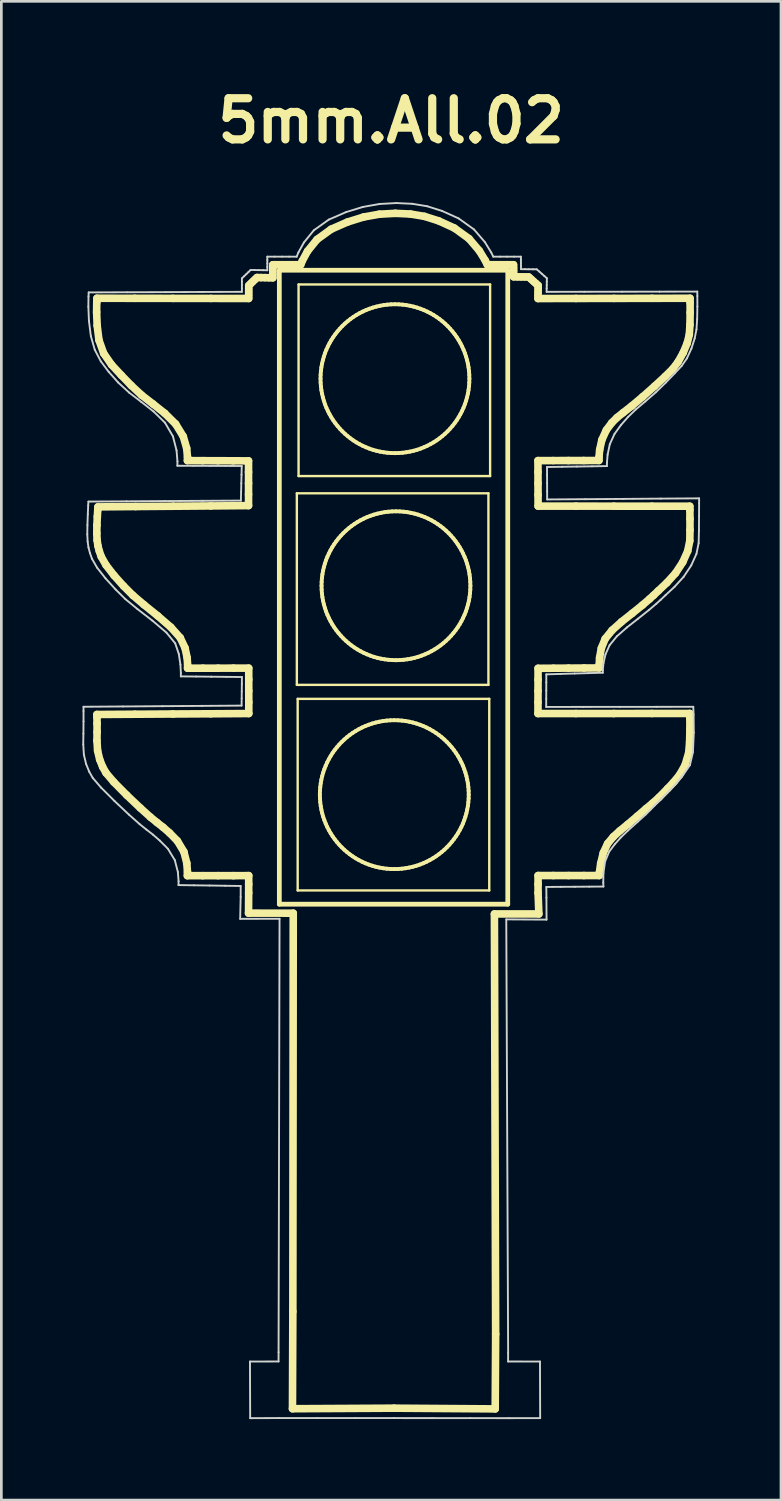
<source format=kicad_pcb>
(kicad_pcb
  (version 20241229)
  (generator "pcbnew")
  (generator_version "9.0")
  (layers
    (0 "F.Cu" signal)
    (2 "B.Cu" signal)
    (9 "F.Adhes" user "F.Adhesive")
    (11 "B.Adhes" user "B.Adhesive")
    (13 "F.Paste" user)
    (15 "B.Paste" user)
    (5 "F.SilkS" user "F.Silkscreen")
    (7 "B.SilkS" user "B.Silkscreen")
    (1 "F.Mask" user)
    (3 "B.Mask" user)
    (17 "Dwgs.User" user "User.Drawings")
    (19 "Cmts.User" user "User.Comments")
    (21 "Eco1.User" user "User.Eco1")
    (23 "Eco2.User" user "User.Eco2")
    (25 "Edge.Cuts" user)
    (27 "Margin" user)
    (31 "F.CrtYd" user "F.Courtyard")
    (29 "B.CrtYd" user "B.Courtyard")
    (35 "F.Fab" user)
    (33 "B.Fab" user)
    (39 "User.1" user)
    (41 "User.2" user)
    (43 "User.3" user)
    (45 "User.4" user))
  (footprint "5mm.All.02"
    (layer "F.Cu")
    (at 11.445 26.991)
    (property "Reference" "5mm.All.02" (at 0 -25.565 0) (layer "F.SilkS") (effects (font (size 1.524 1.524) (thickness 0.305))))
    (attr smd)
    (fp_line (start -10.914 -18.478) (end -10.894 -17.977) (stroke (width 0.281) (type solid)) (layer "F.SilkS"))
    (fp_line (start -10.909 -18.845) (end -10.914 -18.478) (stroke (width 0.281) (type solid)) (layer "F.SilkS"))
    (fp_line (start -10.908 -10.282) (end -10.896 -10.022) (stroke (width 0.281) (type solid)) (layer "F.SilkS"))
    (fp_line (start -10.903 -3.562) (end -10.901 -3.467) (stroke (width 0.281) (type solid)) (layer "F.SilkS"))
    (fp_line (start -10.903 -18.987) (end -10.909 -18.845) (stroke (width 0.281) (type solid)) (layer "F.SilkS"))
    (fp_line (start -10.903 -10.575) (end -10.908 -10.282) (stroke (width 0.281) (type solid)) (layer "F.SilkS"))
    (fp_line (start -10.902 -2.592) (end -10.878 -2.221) (stroke (width 0.281) (type solid)) (layer "F.SilkS"))
    (fp_line (start -10.901 -3.467) (end -10.898 -3.229) (stroke (width 0.281) (type solid)) (layer "F.SilkS"))
    (fp_line (start -10.898 -3.229) (end -10.897 -2.915) (stroke (width 0.281) (type solid)) (layer "F.SilkS"))
    (fp_line (start -10.897 -2.915) (end -10.902 -2.592) (stroke (width 0.281) (type solid)) (layer "F.SilkS"))
    (fp_line (start -10.896 -10.022) (end -10.865 -9.81) (stroke (width 0.281) (type solid)) (layer "F.SilkS"))
    (fp_line (start -10.894 -17.977) (end -10.827 -17.434) (stroke (width 0.281) (type solid)) (layer "F.SilkS"))
    (fp_line (start -10.888 -10.894) (end -10.903 -10.575) (stroke (width 0.281) (type solid)) (layer "F.SilkS"))
    (fp_line (start -10.878 -2.221) (end -10.801 -1.894) (stroke (width 0.281) (type solid)) (layer "F.SilkS"))
    (fp_line (start -10.872 -11.151) (end -10.888 -10.894) (stroke (width 0.281) (type solid)) (layer "F.SilkS"))
    (fp_line (start -10.865 -9.81) (end -10.815 -9.617) (stroke (width 0.281) (type solid)) (layer "F.SilkS"))
    (fp_line (start -10.865 -11.256) (end -10.872 -11.151) (stroke (width 0.281) (type solid)) (layer "F.SilkS"))
    (fp_line (start -10.827 -17.434) (end -10.652 -16.944) (stroke (width 0.281) (type solid)) (layer "F.SilkS"))
    (fp_line (start -10.815 -9.617) (end -10.744 -9.413) (stroke (width 0.281) (type solid)) (layer "F.SilkS"))
    (fp_line (start -10.801 -1.894) (end -10.69 -1.618) (stroke (width 0.281) (type solid)) (layer "F.SilkS"))
    (fp_line (start -10.744 -9.413) (end -10.566 -9.099) (stroke (width 0.281) (type solid)) (layer "F.SilkS"))
    (fp_line (start -10.69 -1.618) (end -10.567 -1.399) (stroke (width 0.281) (type solid)) (layer "F.SilkS"))
    (fp_line (start -10.652 -16.944) (end -10.36 -16.523) (stroke (width 0.281) (type solid)) (layer "F.SilkS"))
    (fp_line (start -10.567 -1.399) (end -10.276 -1.056) (stroke (width 0.281) (type solid)) (layer "F.SilkS"))
    (fp_line (start -10.566 -9.099) (end -10.268 -8.715) (stroke (width 0.281) (type solid)) (layer "F.SilkS"))
    (fp_line (start -10.36 -16.523) (end -10.002 -16.138) (stroke (width 0.281) (type solid)) (layer "F.SilkS"))
    (fp_line (start -10.276 -1.056) (end -9.8 -0.575) (stroke (width 0.281) (type solid)) (layer "F.SilkS"))
    (fp_line (start -10.268 -8.715) (end -9.914 -8.321) (stroke (width 0.281) (type solid)) (layer "F.SilkS"))
    (fp_line (start -10.002 -16.138) (end -9.633 -15.756) (stroke (width 0.281) (type solid)) (layer "F.SilkS"))
    (fp_line (start -9.914 -8.321) (end -9.567 -7.975) (stroke (width 0.281) (type solid)) (layer "F.SilkS"))
    (fp_line (start -9.8 -0.575) (end -9.295 -0.095) (stroke (width 0.281) (type solid)) (layer "F.SilkS"))
    (fp_line (start -9.633 -15.756) (end -9.246 -15.396) (stroke (width 0.281) (type solid)) (layer "F.SilkS"))
    (fp_line (start -9.567 -7.975) (end -9.157 -7.627) (stroke (width 0.281) (type solid)) (layer "F.SilkS"))
    (fp_line (start -9.497 -18.985) (end -10.903 -18.987) (stroke (width 0.281) (type solid)) (layer "F.SilkS"))
    (fp_line (start -9.496 -3.571) (end -10.903 -3.562) (stroke (width 0.281) (type solid)) (layer "F.SilkS"))
    (fp_line (start -9.47 -11.268) (end -10.865 -11.256) (stroke (width 0.281) (type solid)) (layer "F.SilkS"))
    (fp_line (start -9.295 -0.095) (end -8.917 0.245) (stroke (width 0.281) (type solid)) (layer "F.SilkS"))
    (fp_line (start -9.246 -15.396) (end -8.82 -15.066) (stroke (width 0.281) (type solid)) (layer "F.SilkS"))
    (fp_line (start -9.157 -7.627) (end -8.651 -7.218) (stroke (width 0.281) (type solid)) (layer "F.SilkS"))
    (fp_line (start -8.917 0.245) (end -8.675 0.442) (stroke (width 0.281) (type solid)) (layer "F.SilkS"))
    (fp_line (start -8.82 -15.066) (end -8.388 -14.724) (stroke (width 0.281) (type solid)) (layer "F.SilkS"))
    (fp_line (start -8.675 0.442) (end -8.451 0.618) (stroke (width 0.281) (type solid)) (layer "F.SilkS"))
    (fp_line (start -8.651 -7.218) (end -8.164 -6.796) (stroke (width 0.281) (type solid)) (layer "F.SilkS"))
    (fp_line (start -8.451 0.618) (end -8.211 0.827) (stroke (width 0.281) (type solid)) (layer "F.SilkS"))
    (fp_line (start -8.388 -14.724) (end -7.985 -14.326) (stroke (width 0.281) (type solid)) (layer "F.SilkS"))
    (fp_line (start -8.211 0.827) (end -7.921 1.124) (stroke (width 0.281) (type solid)) (layer "F.SilkS"))
    (fp_line (start -8.164 -6.796) (end -7.815 -6.405) (stroke (width 0.281) (type solid)) (layer "F.SilkS"))
    (fp_line (start -8.09 -18.983) (end -9.497 -18.985) (stroke (width 0.281) (type solid)) (layer "F.SilkS"))
    (fp_line (start -8.089 -3.58) (end -9.496 -3.571) (stroke (width 0.281) (type solid)) (layer "F.SilkS"))
    (fp_line (start -8.075 -11.279) (end -9.47 -11.268) (stroke (width 0.281) (type solid)) (layer "F.SilkS"))
    (fp_line (start -7.985 -14.326) (end -7.703 -13.866) (stroke (width 0.281) (type solid)) (layer "F.SilkS"))
    (fp_line (start -7.921 1.124) (end -7.679 1.528) (stroke (width 0.281) (type solid)) (layer "F.SilkS"))
    (fp_line (start -7.815 -6.405) (end -7.637 -6.028) (stroke (width 0.281) (type solid)) (layer "F.SilkS"))
    (fp_line (start -7.703 -13.866) (end -7.577 -13.428) (stroke (width 0.281) (type solid)) (layer "F.SilkS"))
    (fp_line (start -7.679 1.528) (end -7.572 1.948) (stroke (width 0.281) (type solid)) (layer "F.SilkS"))
    (fp_line (start -7.637 -6.028) (end -7.559 -5.662) (stroke (width 0.281) (type solid)) (layer "F.SilkS"))
    (fp_line (start -7.577 -13.428) (end -7.546 -13.1) (stroke (width 0.281) (type solid)) (layer "F.SilkS"))
    (fp_line (start -7.572 1.948) (end -7.547 2.278) (stroke (width 0.281) (type solid)) (layer "F.SilkS"))
    (fp_line (start -7.559 -5.662) (end -7.541 -5.386) (stroke (width 0.281) (type solid)) (layer "F.SilkS"))
    (fp_line (start -7.551 2.412) (end -6.982 2.412) (stroke (width 0.281) (type solid)) (layer "F.SilkS"))
    (fp_line (start -7.549 -12.971) (end -6.983 -12.968) (stroke (width 0.281) (type solid)) (layer "F.SilkS"))
    (fp_line (start -7.547 2.278) (end -7.551 2.412) (stroke (width 0.281) (type solid)) (layer "F.SilkS"))
    (fp_line (start -7.546 -13.1) (end -7.549 -12.971) (stroke (width 0.281) (type solid)) (layer "F.SilkS"))
    (fp_line (start -7.544 -5.277) (end -6.977 -5.278) (stroke (width 0.281) (type solid)) (layer "F.SilkS"))
    (fp_line (start -7.541 -5.386) (end -7.544 -5.277) (stroke (width 0.281) (type solid)) (layer "F.SilkS"))
    (fp_line (start -6.983 -12.968) (end -6.416 -12.966) (stroke (width 0.281) (type solid)) (layer "F.SilkS"))
    (fp_line (start -6.982 2.412) (end -6.414 2.411) (stroke (width 0.281) (type solid)) (layer "F.SilkS"))
    (fp_line (start -6.977 -5.278) (end -6.411 -5.278) (stroke (width 0.281) (type solid)) (layer "F.SilkS"))
    (fp_line (start -6.684 -18.981) (end -8.09 -18.983) (stroke (width 0.281) (type solid)) (layer "F.SilkS"))
    (fp_line (start -6.682 -3.588) (end -8.089 -3.58) (stroke (width 0.281) (type solid)) (layer "F.SilkS"))
    (fp_line (start -6.679 -11.291) (end -8.075 -11.279) (stroke (width 0.281) (type solid)) (layer "F.SilkS"))
    (fp_line (start -6.416 -12.966) (end -5.85 -12.964) (stroke (width 0.281) (type solid)) (layer "F.SilkS"))
    (fp_line (start -6.414 2.411) (end -5.846 2.411) (stroke (width 0.281) (type solid)) (layer "F.SilkS"))
    (fp_line (start -6.411 -5.278) (end -5.844 -5.279) (stroke (width 0.281) (type solid)) (layer "F.SilkS"))
    (fp_line (start -5.85 -12.964) (end -5.284 -12.961) (stroke (width 0.281) (type solid)) (layer "F.SilkS"))
    (fp_line (start -5.846 2.411) (end -5.277 2.41) (stroke (width 0.281) (type solid)) (layer "F.SilkS"))
    (fp_line (start -5.844 -5.279) (end -5.277 -5.279) (stroke (width 0.281) (type solid)) (layer "F.SilkS"))
    (fp_line (start -5.284 3.801) (end -3.627 3.802) (stroke (width 0.281) (type solid)) (layer "F.SilkS"))
    (fp_line (start -5.284 -12.961) (end -5.284 -12.547) (stroke (width 0.281) (type solid)) (layer "F.SilkS"))
    (fp_line (start -5.284 -12.547) (end -5.284 -12.132) (stroke (width 0.281) (type solid)) (layer "F.SilkS"))
    (fp_line (start -5.284 -12.132) (end -5.284 -11.718) (stroke (width 0.281) (type solid)) (layer "F.SilkS"))
    (fp_line (start -5.284 -11.718) (end -5.284 -11.303) (stroke (width 0.281) (type solid)) (layer "F.SilkS"))
    (fp_line (start -5.284 -11.303) (end -6.679 -11.291) (stroke (width 0.281) (type solid)) (layer "F.SilkS"))
    (fp_line (start -5.279 3.048) (end -5.284 3.801) (stroke (width 0.281) (type solid)) (layer "F.SilkS"))
    (fp_line (start -5.278 2.729) (end -5.279 3.048) (stroke (width 0.281) (type solid)) (layer "F.SilkS"))
    (fp_line (start -5.278 -19.458) (end -5.278 -19.338) (stroke (width 0.281) (type solid)) (layer "F.SilkS"))
    (fp_line (start -5.278 -19.338) (end -5.278 -19.219) (stroke (width 0.281) (type solid)) (layer "F.SilkS"))
    (fp_line (start -5.278 -19.219) (end -5.278 -19.099) (stroke (width 0.281) (type solid)) (layer "F.SilkS"))
    (fp_line (start -5.278 -19.099) (end -5.278 -18.979) (stroke (width 0.281) (type solid)) (layer "F.SilkS"))
    (fp_line (start -5.278 -18.979) (end -6.684 -18.981) (stroke (width 0.281) (type solid)) (layer "F.SilkS"))
    (fp_line (start -5.277 2.41) (end -5.278 2.729) (stroke (width 0.281) (type solid)) (layer "F.SilkS"))
    (fp_line (start -5.277 -5.279) (end -5.276 -4.859) (stroke (width 0.281) (type solid)) (layer "F.SilkS"))
    (fp_line (start -5.276 -4.859) (end -5.276 -4.438) (stroke (width 0.281) (type solid)) (layer "F.SilkS"))
    (fp_line (start -5.276 -4.438) (end -5.275 -4.018) (stroke (width 0.281) (type solid)) (layer "F.SilkS"))
    (fp_line (start -5.275 -4.018) (end -5.275 -3.597) (stroke (width 0.281) (type solid)) (layer "F.SilkS"))
    (fp_line (start -5.275 -3.597) (end -6.682 -3.588) (stroke (width 0.281) (type solid)) (layer "F.SilkS"))
    (fp_line (start -5.201 -19.533) (end -5.278 -19.458) (stroke (width 0.281) (type solid)) (layer "F.SilkS"))
    (fp_line (start -5.125 -19.607) (end -5.201 -19.533) (stroke (width 0.281) (type solid)) (layer "F.SilkS"))
    (fp_line (start -5.048 -19.682) (end -5.125 -19.607) (stroke (width 0.281) (type solid)) (layer "F.SilkS"))
    (fp_line (start -4.971 -19.756) (end -5.048 -19.682) (stroke (width 0.281) (type solid)) (layer "F.SilkS"))
    (fp_line (start -4.825 -19.753) (end -4.971 -19.756) (stroke (width 0.281) (type solid)) (layer "F.SilkS"))
    (fp_line (start -4.678 -19.751) (end -4.825 -19.753) (stroke (width 0.281) (type solid)) (layer "F.SilkS"))
    (fp_line (start -4.531 -19.748) (end -4.678 -19.751) (stroke (width 0.281) (type solid)) (layer "F.SilkS"))
    (fp_line (start -4.384 -20.229) (end -4.384 -20.108) (stroke (width 0.281) (type solid)) (layer "F.SilkS"))
    (fp_line (start -4.384 -20.108) (end -4.384 -19.987) (stroke (width 0.281) (type solid)) (layer "F.SilkS"))
    (fp_line (start -4.384 -19.987) (end -4.384 -19.866) (stroke (width 0.281) (type solid)) (layer "F.SilkS"))
    (fp_line (start -4.384 -19.866) (end -4.384 -19.745) (stroke (width 0.281) (type solid)) (layer "F.SilkS"))
    (fp_line (start -4.384 -19.745) (end -4.531 -19.748) (stroke (width 0.281) (type solid)) (layer "F.SilkS"))
    (fp_line (start -4.143 -20.026) (end 4.323 -20.026) (stroke (width 0.176) (type solid)) (layer "F.SilkS"))
    (fp_line (start -4.143 3.469) (end -4.143 -20.026) (stroke (width 0.176) (type solid)) (layer "F.SilkS"))
    (fp_line (start -4.126 -20.229) (end -4.384 -20.229) (stroke (width 0.281) (type solid)) (layer "F.SilkS"))
    (fp_line (start -3.868 -20.229) (end -4.126 -20.229) (stroke (width 0.281) (type solid)) (layer "F.SilkS"))
    (fp_line (start -3.656 22.167) (end 0.107 22.147) (stroke (width 0.281) (type solid)) (layer "F.SilkS"))
    (fp_line (start -3.642 18.563) (end -3.656 22.167) (stroke (width 0.281) (type solid)) (layer "F.SilkS"))
    (fp_line (start -3.627 3.802) (end -3.642 18.563) (stroke (width 0.281) (type solid)) (layer "F.SilkS"))
    (fp_line (start -3.609 -20.229) (end -3.868 -20.229) (stroke (width 0.281) (type solid)) (layer "F.SilkS"))
    (fp_line (start -3.494 -11.759) (end 3.606 -11.759) (stroke (width 0.088) (type solid)) (layer "F.SilkS"))
    (fp_line (start -3.494 -4.66) (end -3.494 -11.759) (stroke (width 0.088) (type solid)) (layer "F.SilkS"))
    (fp_line (start -3.463 -4.141) (end 3.637 -4.141) (stroke (width 0.088) (type solid)) (layer "F.SilkS"))
    (fp_line (start -3.463 2.959) (end -3.463 -4.141) (stroke (width 0.088) (type solid)) (layer "F.SilkS"))
    (fp_line (start -3.43 -19.498) (end 3.669 -19.498) (stroke (width 0.088) (type solid)) (layer "F.SilkS"))
    (fp_line (start -3.43 -12.398) (end -3.43 -19.498) (stroke (width 0.088) (type solid)) (layer "F.SilkS"))
    (fp_line (start -3.351 -20.229) (end -3.609 -20.229) (stroke (width 0.281) (type solid)) (layer "F.SilkS"))
    (fp_line (start -3.291 -20.376) (end -3.351 -20.229) (stroke (width 0.281) (type solid)) (layer "F.SilkS"))
    (fp_line (start -3.097 -20.733) (end -3.291 -20.376) (stroke (width 0.281) (type solid)) (layer "F.SilkS"))
    (fp_line (start -2.747 -21.166) (end -3.097 -20.733) (stroke (width 0.281) (type solid)) (layer "F.SilkS"))
    (fp_line (start -2.641 -0.591) (end -2.637 -0.733) (stroke (width 0.144) (type solid)) (layer "F.SilkS"))
    (fp_line (start -2.637 -0.733) (end -2.626 -0.873) (stroke (width 0.144) (type solid)) (layer "F.SilkS"))
    (fp_line (start -2.637 -0.449) (end -2.641 -0.591) (stroke (width 0.144) (type solid)) (layer "F.SilkS"))
    (fp_line (start -2.626 -0.873) (end -2.609 -1.011) (stroke (width 0.144) (type solid)) (layer "F.SilkS"))
    (fp_line (start -2.626 -0.309) (end -2.637 -0.449) (stroke (width 0.144) (type solid)) (layer "F.SilkS"))
    (fp_line (start -2.616 -16.007) (end -2.613 -16.149) (stroke (width 0.144) (type solid)) (layer "F.SilkS"))
    (fp_line (start -2.613 -16.149) (end -2.602 -16.289) (stroke (width 0.144) (type solid)) (layer "F.SilkS"))
    (fp_line (start -2.613 -15.865) (end -2.616 -16.007) (stroke (width 0.144) (type solid)) (layer "F.SilkS"))
    (fp_line (start -2.609 -1.011) (end -2.585 -1.147) (stroke (width 0.144) (type solid)) (layer "F.SilkS"))
    (fp_line (start -2.609 -0.171) (end -2.626 -0.309) (stroke (width 0.144) (type solid)) (layer "F.SilkS"))
    (fp_line (start -2.602 -16.289) (end -2.585 -16.427) (stroke (width 0.144) (type solid)) (layer "F.SilkS"))
    (fp_line (start -2.602 -15.725) (end -2.613 -15.865) (stroke (width 0.144) (type solid)) (layer "F.SilkS"))
    (fp_line (start -2.585 -1.147) (end -2.554 -1.281) (stroke (width 0.144) (type solid)) (layer "F.SilkS"))
    (fp_line (start -2.585 -0.035) (end -2.609 -0.171) (stroke (width 0.144) (type solid)) (layer "F.SilkS"))
    (fp_line (start -2.585 -16.427) (end -2.56 -16.563) (stroke (width 0.144) (type solid)) (layer "F.SilkS"))
    (fp_line (start -2.585 -15.586) (end -2.602 -15.725) (stroke (width 0.144) (type solid)) (layer "F.SilkS"))
    (fp_line (start -2.579 -8.333) (end -2.575 -8.475) (stroke (width 0.144) (type solid)) (layer "F.SilkS"))
    (fp_line (start -2.575 -8.475) (end -2.565 -8.615) (stroke (width 0.144) (type solid)) (layer "F.SilkS"))
    (fp_line (start -2.575 -8.191) (end -2.579 -8.333) (stroke (width 0.144) (type solid)) (layer "F.SilkS"))
    (fp_line (start -2.565 -8.615) (end -2.547 -8.753) (stroke (width 0.144) (type solid)) (layer "F.SilkS"))
    (fp_line (start -2.565 -8.051) (end -2.575 -8.191) (stroke (width 0.144) (type solid)) (layer "F.SilkS"))
    (fp_line (start -2.56 -16.563) (end -2.529 -16.696) (stroke (width 0.144) (type solid)) (layer "F.SilkS"))
    (fp_line (start -2.56 -15.451) (end -2.585 -15.586) (stroke (width 0.144) (type solid)) (layer "F.SilkS"))
    (fp_line (start -2.554 -1.281) (end -2.517 -1.412) (stroke (width 0.144) (type solid)) (layer "F.SilkS"))
    (fp_line (start -2.554 0.098) (end -2.585 -0.035) (stroke (width 0.144) (type solid)) (layer "F.SilkS"))
    (fp_line (start -2.547 -8.753) (end -2.523 -8.889) (stroke (width 0.144) (type solid)) (layer "F.SilkS"))
    (fp_line (start -2.547 -7.913) (end -2.565 -8.051) (stroke (width 0.144) (type solid)) (layer "F.SilkS"))
    (fp_line (start -2.529 -16.696) (end -2.492 -16.827) (stroke (width 0.144) (type solid)) (layer "F.SilkS"))
    (fp_line (start -2.529 -15.317) (end -2.56 -15.451) (stroke (width 0.144) (type solid)) (layer "F.SilkS"))
    (fp_line (start -2.523 -8.889) (end -2.492 -9.022) (stroke (width 0.144) (type solid)) (layer "F.SilkS"))
    (fp_line (start -2.523 -7.777) (end -2.547 -7.913) (stroke (width 0.144) (type solid)) (layer "F.SilkS"))
    (fp_line (start -2.517 -1.412) (end -2.473 -1.54) (stroke (width 0.144) (type solid)) (layer "F.SilkS"))
    (fp_line (start -2.517 0.229) (end -2.554 0.098) (stroke (width 0.144) (type solid)) (layer "F.SilkS"))
    (fp_line (start -2.492 -16.827) (end -2.449 -16.955) (stroke (width 0.144) (type solid)) (layer "F.SilkS"))
    (fp_line (start -2.492 -15.186) (end -2.529 -15.317) (stroke (width 0.144) (type solid)) (layer "F.SilkS"))
    (fp_line (start -2.492 -9.022) (end -2.455 -9.153) (stroke (width 0.144) (type solid)) (layer "F.SilkS"))
    (fp_line (start -2.492 -7.644) (end -2.523 -7.777) (stroke (width 0.144) (type solid)) (layer "F.SilkS"))
    (fp_line (start -2.473 -1.54) (end -2.424 -1.665) (stroke (width 0.144) (type solid)) (layer "F.SilkS"))
    (fp_line (start -2.473 0.357) (end -2.517 0.229) (stroke (width 0.144) (type solid)) (layer "F.SilkS"))
    (fp_line (start -2.455 -9.153) (end -2.412 -9.281) (stroke (width 0.144) (type solid)) (layer "F.SilkS"))
    (fp_line (start -2.455 -7.513) (end -2.492 -7.644) (stroke (width 0.144) (type solid)) (layer "F.SilkS"))
    (fp_line (start -2.449 -16.955) (end -2.4 -17.08) (stroke (width 0.144) (type solid)) (layer "F.SilkS"))
    (fp_line (start -2.449 -15.058) (end -2.492 -15.186) (stroke (width 0.144) (type solid)) (layer "F.SilkS"))
    (fp_line (start -2.424 -1.665) (end -2.369 -1.787) (stroke (width 0.144) (type solid)) (layer "F.SilkS"))
    (fp_line (start -2.424 0.483) (end -2.473 0.357) (stroke (width 0.144) (type solid)) (layer "F.SilkS"))
    (fp_line (start -2.412 -9.281) (end -2.362 -9.407) (stroke (width 0.144) (type solid)) (layer "F.SilkS"))
    (fp_line (start -2.412 -7.384) (end -2.455 -7.513) (stroke (width 0.144) (type solid)) (layer "F.SilkS"))
    (fp_line (start -2.4 -17.08) (end -2.344 -17.203) (stroke (width 0.144) (type solid)) (layer "F.SilkS"))
    (fp_line (start -2.4 -14.933) (end -2.449 -15.058) (stroke (width 0.144) (type solid)) (layer "F.SilkS"))
    (fp_line (start -2.369 -1.787) (end -2.308 -1.906) (stroke (width 0.144) (type solid)) (layer "F.SilkS"))
    (fp_line (start -2.369 0.605) (end -2.424 0.483) (stroke (width 0.144) (type solid)) (layer "F.SilkS"))
    (fp_line (start -2.362 -9.407) (end -2.307 -9.529) (stroke (width 0.144) (type solid)) (layer "F.SilkS"))
    (fp_line (start -2.362 -7.259) (end -2.412 -7.384) (stroke (width 0.144) (type solid)) (layer "F.SilkS"))
    (fp_line (start -2.344 -17.203) (end -2.283 -17.321) (stroke (width 0.144) (type solid)) (layer "F.SilkS"))
    (fp_line (start -2.344 -14.811) (end -2.4 -14.933) (stroke (width 0.144) (type solid)) (layer "F.SilkS"))
    (fp_line (start -2.308 -1.906) (end -2.241 -2.022) (stroke (width 0.144) (type solid)) (layer "F.SilkS"))
    (fp_line (start -2.308 0.724) (end -2.369 0.605) (stroke (width 0.144) (type solid)) (layer "F.SilkS"))
    (fp_line (start -2.307 -9.529) (end -2.246 -9.648) (stroke (width 0.144) (type solid)) (layer "F.SilkS"))
    (fp_line (start -2.307 -7.137) (end -2.362 -7.259) (stroke (width 0.144) (type solid)) (layer "F.SilkS"))
    (fp_line (start -2.283 -17.321) (end -2.217 -17.437) (stroke (width 0.144) (type solid)) (layer "F.SilkS"))
    (fp_line (start -2.283 -14.692) (end -2.344 -14.811) (stroke (width 0.144) (type solid)) (layer "F.SilkS"))
    (fp_line (start -2.246 -9.648) (end -2.18 -9.763) (stroke (width 0.144) (type solid)) (layer "F.SilkS"))
    (fp_line (start -2.246 -7.018) (end -2.307 -7.137) (stroke (width 0.144) (type solid)) (layer "F.SilkS"))
    (fp_line (start -2.241 -2.022) (end -2.17 -2.134) (stroke (width 0.144) (type solid)) (layer "F.SilkS"))
    (fp_line (start -2.241 0.839) (end -2.308 0.724) (stroke (width 0.144) (type solid)) (layer "F.SilkS"))
    (fp_line (start -2.221 -21.547) (end -2.747 -21.166) (stroke (width 0.281) (type solid)) (layer "F.SilkS"))
    (fp_line (start -2.217 -17.437) (end -2.145 -17.549) (stroke (width 0.144) (type solid)) (layer "F.SilkS"))
    (fp_line (start -2.217 -14.576) (end -2.283 -14.692) (stroke (width 0.144) (type solid)) (layer "F.SilkS"))
    (fp_line (start -2.18 -9.763) (end -2.108 -9.875) (stroke (width 0.144) (type solid)) (layer "F.SilkS"))
    (fp_line (start -2.18 -6.903) (end -2.246 -7.018) (stroke (width 0.144) (type solid)) (layer "F.SilkS"))
    (fp_line (start -2.17 -2.134) (end -2.093 -2.242) (stroke (width 0.144) (type solid)) (layer "F.SilkS"))
    (fp_line (start -2.17 0.951) (end -2.241 0.839) (stroke (width 0.144) (type solid)) (layer "F.SilkS"))
    (fp_line (start -2.145 -17.549) (end -2.068 -17.657) (stroke (width 0.144) (type solid)) (layer "F.SilkS"))
    (fp_line (start -2.145 -14.464) (end -2.217 -14.576) (stroke (width 0.144) (type solid)) (layer "F.SilkS"))
    (fp_line (start -2.108 -9.875) (end -2.031 -9.983) (stroke (width 0.144) (type solid)) (layer "F.SilkS"))
    (fp_line (start -2.108 -6.791) (end -2.18 -6.903) (stroke (width 0.144) (type solid)) (layer "F.SilkS"))
    (fp_line (start -2.093 -2.242) (end -2.011 -2.346) (stroke (width 0.144) (type solid)) (layer "F.SilkS"))
    (fp_line (start -2.093 1.059) (end -2.17 0.951) (stroke (width 0.144) (type solid)) (layer "F.SilkS"))
    (fp_line (start -2.068 -17.657) (end -1.986 -17.761) (stroke (width 0.144) (type solid)) (layer "F.SilkS"))
    (fp_line (start -2.068 -14.356) (end -2.145 -14.464) (stroke (width 0.144) (type solid)) (layer "F.SilkS"))
    (fp_line (start -2.031 -9.983) (end -1.949 -10.088) (stroke (width 0.144) (type solid)) (layer "F.SilkS"))
    (fp_line (start -2.031 -6.682) (end -2.108 -6.791) (stroke (width 0.144) (type solid)) (layer "F.SilkS"))
    (fp_line (start -2.011 -2.346) (end -1.924 -2.446) (stroke (width 0.144) (type solid)) (layer "F.SilkS"))
    (fp_line (start -2.011 1.163) (end -2.093 1.059) (stroke (width 0.144) (type solid)) (layer "F.SilkS"))
    (fp_line (start -1.986 -17.761) (end -1.9 -17.861) (stroke (width 0.144) (type solid)) (layer "F.SilkS"))
    (fp_line (start -1.986 -14.252) (end -2.068 -14.356) (stroke (width 0.144) (type solid)) (layer "F.SilkS"))
    (fp_line (start -1.949 -10.088) (end -1.862 -10.188) (stroke (width 0.144) (type solid)) (layer "F.SilkS"))
    (fp_line (start -1.949 -6.578) (end -2.031 -6.682) (stroke (width 0.144) (type solid)) (layer "F.SilkS"))
    (fp_line (start -1.924 -2.446) (end -1.833 -2.542) (stroke (width 0.144) (type solid)) (layer "F.SilkS"))
    (fp_line (start -1.924 1.264) (end -2.011 1.163) (stroke (width 0.144) (type solid)) (layer "F.SilkS"))
    (fp_line (start -1.9 -17.861) (end -1.808 -17.957) (stroke (width 0.144) (type solid)) (layer "F.SilkS"))
    (fp_line (start -1.9 -14.152) (end -1.986 -14.252) (stroke (width 0.144) (type solid)) (layer "F.SilkS"))
    (fp_line (start -1.862 -10.188) (end -1.771 -10.284) (stroke (width 0.144) (type solid)) (layer "F.SilkS"))
    (fp_line (start -1.862 -6.478) (end -1.949 -6.578) (stroke (width 0.144) (type solid)) (layer "F.SilkS"))
    (fp_line (start -1.833 -2.542) (end -1.737 -2.633) (stroke (width 0.144) (type solid)) (layer "F.SilkS"))
    (fp_line (start -1.833 1.359) (end -1.924 1.264) (stroke (width 0.144) (type solid)) (layer "F.SilkS"))
    (fp_line (start -1.808 -17.957) (end -1.713 -18.049) (stroke (width 0.144) (type solid)) (layer "F.SilkS"))
    (fp_line (start -1.808 -14.056) (end -1.9 -14.152) (stroke (width 0.144) (type solid)) (layer "F.SilkS"))
    (fp_line (start -1.771 -10.284) (end -1.675 -10.375) (stroke (width 0.144) (type solid)) (layer "F.SilkS"))
    (fp_line (start -1.771 -6.382) (end -1.862 -6.478) (stroke (width 0.144) (type solid)) (layer "F.SilkS"))
    (fp_line (start -1.737 -2.633) (end -1.637 -2.72) (stroke (width 0.144) (type solid)) (layer "F.SilkS"))
    (fp_line (start -1.737 1.451) (end -1.833 1.359) (stroke (width 0.144) (type solid)) (layer "F.SilkS"))
    (fp_line (start -1.713 -18.049) (end -1.612 -18.135) (stroke (width 0.144) (type solid)) (layer "F.SilkS"))
    (fp_line (start -1.713 -13.965) (end -1.808 -14.056) (stroke (width 0.144) (type solid)) (layer "F.SilkS"))
    (fp_line (start -1.675 -10.375) (end -1.575 -10.462) (stroke (width 0.144) (type solid)) (layer "F.SilkS"))
    (fp_line (start -1.675 -6.291) (end -1.771 -6.382) (stroke (width 0.144) (type solid)) (layer "F.SilkS"))
    (fp_line (start -1.637 -2.72) (end -1.533 -2.802) (stroke (width 0.144) (type solid)) (layer "F.SilkS"))
    (fp_line (start -1.637 1.537) (end -1.737 1.451) (stroke (width 0.144) (type solid)) (layer "F.SilkS"))
    (fp_line (start -1.613 -21.814) (end -2.221 -21.547) (stroke (width 0.281) (type solid)) (layer "F.SilkS"))
    (fp_line (start -1.612 -18.135) (end -1.508 -18.217) (stroke (width 0.144) (type solid)) (layer "F.SilkS"))
    (fp_line (start -1.612 -13.878) (end -1.713 -13.965) (stroke (width 0.144) (type solid)) (layer "F.SilkS"))
    (fp_line (start -1.575 -10.462) (end -1.471 -10.543) (stroke (width 0.144) (type solid)) (layer "F.SilkS"))
    (fp_line (start -1.575 -6.204) (end -1.675 -6.291) (stroke (width 0.144) (type solid)) (layer "F.SilkS"))
    (fp_line (start -1.533 -2.802) (end -1.424 -2.879) (stroke (width 0.144) (type solid)) (layer "F.SilkS"))
    (fp_line (start -1.533 1.619) (end -1.637 1.537) (stroke (width 0.144) (type solid)) (layer "F.SilkS"))
    (fp_line (start -1.508 -18.217) (end -1.4 -18.294) (stroke (width 0.144) (type solid)) (layer "F.SilkS"))
    (fp_line (start -1.508 -13.796) (end -1.612 -13.878) (stroke (width 0.144) (type solid)) (layer "F.SilkS"))
    (fp_line (start -1.471 -10.543) (end -1.363 -10.62) (stroke (width 0.144) (type solid)) (layer "F.SilkS"))
    (fp_line (start -1.471 -6.122) (end -1.575 -6.204) (stroke (width 0.144) (type solid)) (layer "F.SilkS"))
    (fp_line (start -1.424 1.696) (end -1.533 1.619) (stroke (width 0.144) (type solid)) (layer "F.SilkS"))
    (fp_line (start -1.424 -2.879) (end -1.313 -2.95) (stroke (width 0.144) (type solid)) (layer "F.SilkS"))
    (fp_line (start -1.4 -18.294) (end -1.288 -18.366) (stroke (width 0.144) (type solid)) (layer "F.SilkS"))
    (fp_line (start -1.4 -13.719) (end -1.508 -13.796) (stroke (width 0.144) (type solid)) (layer "F.SilkS"))
    (fp_line (start -1.363 -6.046) (end -1.471 -6.122) (stroke (width 0.144) (type solid)) (layer "F.SilkS"))
    (fp_line (start -1.363 -10.62) (end -1.251 -10.692) (stroke (width 0.144) (type solid)) (layer "F.SilkS"))
    (fp_line (start -1.313 -2.95) (end -1.197 -3.017) (stroke (width 0.144) (type solid)) (layer "F.SilkS"))
    (fp_line (start -1.313 1.768) (end -1.424 1.696) (stroke (width 0.144) (type solid)) (layer "F.SilkS"))
    (fp_line (start -1.288 -18.366) (end -1.173 -18.432) (stroke (width 0.144) (type solid)) (layer "F.SilkS"))
    (fp_line (start -1.288 -13.647) (end -1.4 -13.719) (stroke (width 0.144) (type solid)) (layer "F.SilkS"))
    (fp_line (start -1.251 -10.692) (end -1.135 -10.759) (stroke (width 0.144) (type solid)) (layer "F.SilkS"))
    (fp_line (start -1.251 -5.974) (end -1.363 -6.046) (stroke (width 0.144) (type solid)) (layer "F.SilkS"))
    (fp_line (start -1.197 -3.017) (end -1.078 -3.078) (stroke (width 0.144) (type solid)) (layer "F.SilkS"))
    (fp_line (start -1.197 1.834) (end -1.313 1.768) (stroke (width 0.144) (type solid)) (layer "F.SilkS"))
    (fp_line (start -1.173 -18.432) (end -1.054 -18.493) (stroke (width 0.144) (type solid)) (layer "F.SilkS"))
    (fp_line (start -1.173 -13.581) (end -1.288 -13.647) (stroke (width 0.144) (type solid)) (layer "F.SilkS"))
    (fp_line (start -1.135 -10.759) (end -1.016 -10.82) (stroke (width 0.144) (type solid)) (layer "F.SilkS"))
    (fp_line (start -1.135 -5.907) (end -1.251 -5.974) (stroke (width 0.144) (type solid)) (layer "F.SilkS"))
    (fp_line (start -1.078 -3.078) (end -0.956 -3.133) (stroke (width 0.144) (type solid)) (layer "F.SilkS"))
    (fp_line (start -1.078 1.895) (end -1.197 1.834) (stroke (width 0.144) (type solid)) (layer "F.SilkS"))
    (fp_line (start -1.054 -18.493) (end -0.931 -18.548) (stroke (width 0.144) (type solid)) (layer "F.SilkS"))
    (fp_line (start -1.054 -13.52) (end -1.173 -13.581) (stroke (width 0.144) (type solid)) (layer "F.SilkS"))
    (fp_line (start -1.021 -21.998) (end -1.613 -21.814) (stroke (width 0.281) (type solid)) (layer "F.SilkS"))
    (fp_line (start -1.016 -10.82) (end -0.894 -10.875) (stroke (width 0.144) (type solid)) (layer "F.SilkS"))
    (fp_line (start -1.016 -5.846) (end -1.135 -5.907) (stroke (width 0.144) (type solid)) (layer "F.SilkS"))
    (fp_line (start -0.956 -3.133) (end -0.831 -3.182) (stroke (width 0.144) (type solid)) (layer "F.SilkS"))
    (fp_line (start -0.956 1.951) (end -1.078 1.895) (stroke (width 0.144) (type solid)) (layer "F.SilkS"))
    (fp_line (start -0.931 -18.548) (end -0.806 -18.598) (stroke (width 0.144) (type solid)) (layer "F.SilkS"))
    (fp_line (start -0.931 -13.465) (end -1.054 -13.52) (stroke (width 0.144) (type solid)) (layer "F.SilkS"))
    (fp_line (start -0.894 -10.875) (end -0.769 -10.924) (stroke (width 0.144) (type solid)) (layer "F.SilkS"))
    (fp_line (start -0.894 -5.791) (end -1.016 -5.846) (stroke (width 0.144) (type solid)) (layer "F.SilkS"))
    (fp_line (start -0.831 -3.182) (end -0.702 -3.226) (stroke (width 0.144) (type solid)) (layer "F.SilkS"))
    (fp_line (start -0.831 2) (end -0.956 1.951) (stroke (width 0.144) (type solid)) (layer "F.SilkS"))
    (fp_line (start -0.806 -18.598) (end -0.678 -18.641) (stroke (width 0.144) (type solid)) (layer "F.SilkS"))
    (fp_line (start -0.806 -13.415) (end -0.931 -13.465) (stroke (width 0.144) (type solid)) (layer "F.SilkS"))
    (fp_line (start -0.769 -10.924) (end -0.641 -10.968) (stroke (width 0.144) (type solid)) (layer "F.SilkS"))
    (fp_line (start -0.769 -5.742) (end -0.894 -5.791) (stroke (width 0.144) (type solid)) (layer "F.SilkS"))
    (fp_line (start -0.702 -3.226) (end -0.572 -3.263) (stroke (width 0.144) (type solid)) (layer "F.SilkS"))
    (fp_line (start -0.702 2.043) (end -0.831 2) (stroke (width 0.144) (type solid)) (layer "F.SilkS"))
    (fp_line (start -0.678 -18.641) (end -0.547 -18.678) (stroke (width 0.144) (type solid)) (layer "F.SilkS"))
    (fp_line (start -0.678 -13.372) (end -0.806 -13.415) (stroke (width 0.144) (type solid)) (layer "F.SilkS"))
    (fp_line (start -0.641 -10.968) (end -0.51 -11.005) (stroke (width 0.144) (type solid)) (layer "F.SilkS"))
    (fp_line (start -0.641 -5.698) (end -0.769 -5.742) (stroke (width 0.144) (type solid)) (layer "F.SilkS"))
    (fp_line (start -0.572 -3.263) (end -0.438 -3.294) (stroke (width 0.144) (type solid)) (layer "F.SilkS"))
    (fp_line (start -0.572 2.08) (end -0.702 2.043) (stroke (width 0.144) (type solid)) (layer "F.SilkS"))
    (fp_line (start -0.547 -18.678) (end -0.414 -18.709) (stroke (width 0.144) (type solid)) (layer "F.SilkS"))
    (fp_line (start -0.547 -13.335) (end -0.678 -13.372) (stroke (width 0.144) (type solid)) (layer "F.SilkS"))
    (fp_line (start -0.51 -11.005) (end -0.376 -11.035) (stroke (width 0.144) (type solid)) (layer "F.SilkS"))
    (fp_line (start -0.51 -5.661) (end -0.641 -5.698) (stroke (width 0.144) (type solid)) (layer "F.SilkS"))
    (fp_line (start -0.438 -3.294) (end -0.302 -3.318) (stroke (width 0.144) (type solid)) (layer "F.SilkS"))
    (fp_line (start -0.438 2.111) (end -0.572 2.08) (stroke (width 0.144) (type solid)) (layer "F.SilkS"))
    (fp_line (start -0.435 -22.103) (end -1.021 -21.998) (stroke (width 0.281) (type solid)) (layer "F.SilkS"))
    (fp_line (start -0.414 -18.709) (end -0.278 -18.733) (stroke (width 0.144) (type solid)) (layer "F.SilkS"))
    (fp_line (start -0.414 -13.304) (end -0.547 -13.335) (stroke (width 0.144) (type solid)) (layer "F.SilkS"))
    (fp_line (start -0.376 -11.035) (end -0.241 -11.06) (stroke (width 0.144) (type solid)) (layer "F.SilkS"))
    (fp_line (start -0.376 -5.63) (end -0.51 -5.661) (stroke (width 0.144) (type solid)) (layer "F.SilkS"))
    (fp_line (start -0.302 -3.318) (end -0.164 -3.336) (stroke (width 0.144) (type solid)) (layer "F.SilkS"))
    (fp_line (start -0.302 2.136) (end -0.438 2.111) (stroke (width 0.144) (type solid)) (layer "F.SilkS"))
    (fp_line (start -0.278 -18.733) (end -0.14 -18.751) (stroke (width 0.144) (type solid)) (layer "F.SilkS"))
    (fp_line (start -0.278 -13.28) (end -0.414 -13.304) (stroke (width 0.144) (type solid)) (layer "F.SilkS"))
    (fp_line (start -0.241 -11.06) (end -0.103 -11.077) (stroke (width 0.144) (type solid)) (layer "F.SilkS"))
    (fp_line (start -0.241 -5.606) (end -0.376 -5.63) (stroke (width 0.144) (type solid)) (layer "F.SilkS"))
    (fp_line (start -0.164 -3.336) (end -0.024 -3.346) (stroke (width 0.144) (type solid)) (layer "F.SilkS"))
    (fp_line (start -0.164 2.153) (end -0.302 2.136) (stroke (width 0.144) (type solid)) (layer "F.SilkS"))
    (fp_line (start -0.14 -18.751) (end 0.000302 -18.762) (stroke (width 0.144) (type solid)) (layer "F.SilkS"))
    (fp_line (start -0.14 -13.262) (end -0.278 -13.28) (stroke (width 0.144) (type solid)) (layer "F.SilkS"))
    (fp_line (start -0.103 -11.077) (end 0.038 -11.088) (stroke (width 0.144) (type solid)) (layer "F.SilkS"))
    (fp_line (start -0.103 -5.589) (end -0.241 -5.606) (stroke (width 0.144) (type solid)) (layer "F.SilkS"))
    (fp_line (start -0.024 -3.346) (end 0.118 -3.35) (stroke (width 0.144) (type solid)) (layer "F.SilkS"))
    (fp_line (start -0.024 2.164) (end -0.164 2.153) (stroke (width 0.144) (type solid)) (layer "F.SilkS"))
    (fp_line (start 0.000302 -18.762) (end 0.142 -18.765) (stroke (width 0.144) (type solid)) (layer "F.SilkS"))
    (fp_line (start 0.000302 -13.252) (end -0.14 -13.262) (stroke (width 0.144) (type solid)) (layer "F.SilkS"))
    (fp_line (start 0.038 -11.088) (end 0.18 -11.091) (stroke (width 0.144) (type solid)) (layer "F.SilkS"))
    (fp_line (start 0.038 -5.578) (end -0.103 -5.589) (stroke (width 0.144) (type solid)) (layer "F.SilkS"))
    (fp_line (start 0.107 22.147) (end 3.858 22.173) (stroke (width 0.281) (type solid)) (layer "F.SilkS"))
    (fp_line (start 0.118 -3.35) (end 0.26 -3.346) (stroke (width 0.144) (type solid)) (layer "F.SilkS"))
    (fp_line (start 0.118 2.167) (end -0.024 2.164) (stroke (width 0.144) (type solid)) (layer "F.SilkS"))
    (fp_line (start 0.142 -18.765) (end 0.284 -18.762) (stroke (width 0.144) (type solid)) (layer "F.SilkS"))
    (fp_line (start 0.142 -13.248) (end 0.000302 -13.252) (stroke (width 0.144) (type solid)) (layer "F.SilkS"))
    (fp_line (start 0.157 -22.135) (end -0.435 -22.103) (stroke (width 0.281) (type solid)) (layer "F.SilkS"))
    (fp_line (start 0.18 -11.091) (end 0.321 -11.088) (stroke (width 0.144) (type solid)) (layer "F.SilkS"))
    (fp_line (start 0.18 -5.574) (end 0.038 -5.578) (stroke (width 0.144) (type solid)) (layer "F.SilkS"))
    (fp_line (start 0.26 -3.346) (end 0.4 -3.336) (stroke (width 0.144) (type solid)) (layer "F.SilkS"))
    (fp_line (start 0.26 2.164) (end 0.118 2.167) (stroke (width 0.144) (type solid)) (layer "F.SilkS"))
    (fp_line (start 0.284 -18.762) (end 0.424 -18.751) (stroke (width 0.144) (type solid)) (layer "F.SilkS"))
    (fp_line (start 0.284 -13.252) (end 0.142 -13.248) (stroke (width 0.144) (type solid)) (layer "F.SilkS"))
    (fp_line (start 0.321 -11.088) (end 0.462 -11.077) (stroke (width 0.144) (type solid)) (layer "F.SilkS"))
    (fp_line (start 0.321 -5.578) (end 0.18 -5.574) (stroke (width 0.144) (type solid)) (layer "F.SilkS"))
    (fp_line (start 0.4 -3.336) (end 0.538 -3.318) (stroke (width 0.144) (type solid)) (layer "F.SilkS"))
    (fp_line (start 0.4 2.153) (end 0.26 2.164) (stroke (width 0.144) (type solid)) (layer "F.SilkS"))
    (fp_line (start 0.424 -18.751) (end 0.562 -18.733) (stroke (width 0.144) (type solid)) (layer "F.SilkS"))
    (fp_line (start 0.424 -13.262) (end 0.284 -13.252) (stroke (width 0.144) (type solid)) (layer "F.SilkS"))
    (fp_line (start 0.462 -11.077) (end 0.6 -11.06) (stroke (width 0.144) (type solid)) (layer "F.SilkS"))
    (fp_line (start 0.462 -5.589) (end 0.321 -5.578) (stroke (width 0.144) (type solid)) (layer "F.SilkS"))
    (fp_line (start 0.538 -3.318) (end 0.674 -3.294) (stroke (width 0.144) (type solid)) (layer "F.SilkS"))
    (fp_line (start 0.538 2.136) (end 0.4 2.153) (stroke (width 0.144) (type solid)) (layer "F.SilkS"))
    (fp_line (start 0.562 -18.733) (end 0.698 -18.709) (stroke (width 0.144) (type solid)) (layer "F.SilkS"))
    (fp_line (start 0.562 -13.28) (end 0.424 -13.262) (stroke (width 0.144) (type solid)) (layer "F.SilkS"))
    (fp_line (start 0.6 -11.06) (end 0.735 -11.035) (stroke (width 0.144) (type solid)) (layer "F.SilkS"))
    (fp_line (start 0.6 -5.606) (end 0.462 -5.589) (stroke (width 0.144) (type solid)) (layer "F.SilkS"))
    (fp_line (start 0.674 -3.294) (end 0.807 -3.263) (stroke (width 0.144) (type solid)) (layer "F.SilkS"))
    (fp_line (start 0.674 2.111) (end 0.538 2.136) (stroke (width 0.144) (type solid)) (layer "F.SilkS"))
    (fp_line (start 0.698 -18.709) (end 0.832 -18.678) (stroke (width 0.144) (type solid)) (layer "F.SilkS"))
    (fp_line (start 0.698 -13.304) (end 0.562 -13.28) (stroke (width 0.144) (type solid)) (layer "F.SilkS"))
    (fp_line (start 0.718 -22.109) (end 0.157 -22.135) (stroke (width 0.281) (type solid)) (layer "F.SilkS"))
    (fp_line (start 0.735 -11.035) (end 0.869 -11.005) (stroke (width 0.144) (type solid)) (layer "F.SilkS"))
    (fp_line (start 0.735 -5.63) (end 0.6 -5.606) (stroke (width 0.144) (type solid)) (layer "F.SilkS"))
    (fp_line (start 0.807 -3.263) (end 0.938 -3.226) (stroke (width 0.144) (type solid)) (layer "F.SilkS"))
    (fp_line (start 0.807 2.08) (end 0.674 2.111) (stroke (width 0.144) (type solid)) (layer "F.SilkS"))
    (fp_line (start 0.832 -18.678) (end 0.963 -18.641) (stroke (width 0.144) (type solid)) (layer "F.SilkS"))
    (fp_line (start 0.832 -13.335) (end 0.698 -13.304) (stroke (width 0.144) (type solid)) (layer "F.SilkS"))
    (fp_line (start 0.869 -11.005) (end 1 -10.968) (stroke (width 0.144) (type solid)) (layer "F.SilkS"))
    (fp_line (start 0.869 -5.661) (end 0.735 -5.63) (stroke (width 0.144) (type solid)) (layer "F.SilkS"))
    (fp_line (start 0.938 -3.226) (end 1.066 -3.182) (stroke (width 0.144) (type solid)) (layer "F.SilkS"))
    (fp_line (start 0.938 2.043) (end 0.807 2.08) (stroke (width 0.144) (type solid)) (layer "F.SilkS"))
    (fp_line (start 0.963 -18.641) (end 1.091 -18.598) (stroke (width 0.144) (type solid)) (layer "F.SilkS"))
    (fp_line (start 0.963 -13.372) (end 0.832 -13.335) (stroke (width 0.144) (type solid)) (layer "F.SilkS"))
    (fp_line (start 1 -10.968) (end 1.128 -10.924) (stroke (width 0.144) (type solid)) (layer "F.SilkS"))
    (fp_line (start 1 -5.698) (end 0.869 -5.661) (stroke (width 0.144) (type solid)) (layer "F.SilkS"))
    (fp_line (start 1.066 -3.182) (end 1.192 -3.133) (stroke (width 0.144) (type solid)) (layer "F.SilkS"))
    (fp_line (start 1.066 2) (end 0.938 2.043) (stroke (width 0.144) (type solid)) (layer "F.SilkS"))
    (fp_line (start 1.091 -18.598) (end 1.216 -18.548) (stroke (width 0.144) (type solid)) (layer "F.SilkS"))
    (fp_line (start 1.091 -13.415) (end 0.963 -13.372) (stroke (width 0.144) (type solid)) (layer "F.SilkS"))
    (fp_line (start 1.128 -10.924) (end 1.253 -10.875) (stroke (width 0.144) (type solid)) (layer "F.SilkS"))
    (fp_line (start 1.128 -5.742) (end 1 -5.698) (stroke (width 0.144) (type solid)) (layer "F.SilkS"))
    (fp_line (start 1.192 -3.133) (end 1.314 -3.078) (stroke (width 0.144) (type solid)) (layer "F.SilkS"))
    (fp_line (start 1.192 1.951) (end 1.066 2) (stroke (width 0.144) (type solid)) (layer "F.SilkS"))
    (fp_line (start 1.216 -18.548) (end 1.338 -18.493) (stroke (width 0.144) (type solid)) (layer "F.SilkS"))
    (fp_line (start 1.216 -13.465) (end 1.091 -13.415) (stroke (width 0.144) (type solid)) (layer "F.SilkS"))
    (fp_line (start 1.236 -22.022) (end 0.718 -22.109) (stroke (width 0.281) (type solid)) (layer "F.SilkS"))
    (fp_line (start 1.253 -10.875) (end 1.375 -10.82) (stroke (width 0.144) (type solid)) (layer "F.SilkS"))
    (fp_line (start 1.253 -5.791) (end 1.128 -5.742) (stroke (width 0.144) (type solid)) (layer "F.SilkS"))
    (fp_line (start 1.314 -3.078) (end 1.433 -3.017) (stroke (width 0.144) (type solid)) (layer "F.SilkS"))
    (fp_line (start 1.314 1.895) (end 1.192 1.951) (stroke (width 0.144) (type solid)) (layer "F.SilkS"))
    (fp_line (start 1.338 -18.493) (end 1.457 -18.432) (stroke (width 0.144) (type solid)) (layer "F.SilkS"))
    (fp_line (start 1.338 -13.52) (end 1.216 -13.465) (stroke (width 0.144) (type solid)) (layer "F.SilkS"))
    (fp_line (start 1.375 -10.82) (end 1.494 -10.759) (stroke (width 0.144) (type solid)) (layer "F.SilkS"))
    (fp_line (start 1.375 -5.846) (end 1.253 -5.791) (stroke (width 0.144) (type solid)) (layer "F.SilkS"))
    (fp_line (start 1.433 -3.017) (end 1.548 -2.95) (stroke (width 0.144) (type solid)) (layer "F.SilkS"))
    (fp_line (start 1.433 1.834) (end 1.314 1.895) (stroke (width 0.144) (type solid)) (layer "F.SilkS"))
    (fp_line (start 1.457 -18.432) (end 1.573 -18.366) (stroke (width 0.144) (type solid)) (layer "F.SilkS"))
    (fp_line (start 1.457 -13.581) (end 1.338 -13.52) (stroke (width 0.144) (type solid)) (layer "F.SilkS"))
    (fp_line (start 1.494 -10.759) (end 1.61 -10.692) (stroke (width 0.144) (type solid)) (layer "F.SilkS"))
    (fp_line (start 1.494 -5.907) (end 1.375 -5.846) (stroke (width 0.144) (type solid)) (layer "F.SilkS"))
    (fp_line (start 1.548 -2.95) (end 1.66 -2.879) (stroke (width 0.144) (type solid)) (layer "F.SilkS"))
    (fp_line (start 1.548 1.768) (end 1.433 1.834) (stroke (width 0.144) (type solid)) (layer "F.SilkS"))
    (fp_line (start 1.573 -18.366) (end 1.685 -18.294) (stroke (width 0.144) (type solid)) (layer "F.SilkS"))
    (fp_line (start 1.573 -13.647) (end 1.457 -13.581) (stroke (width 0.144) (type solid)) (layer "F.SilkS"))
    (fp_line (start 1.61 -10.692) (end 1.722 -10.62) (stroke (width 0.144) (type solid)) (layer "F.SilkS"))
    (fp_line (start 1.61 -5.974) (end 1.494 -5.907) (stroke (width 0.144) (type solid)) (layer "F.SilkS"))
    (fp_line (start 1.66 -2.879) (end 1.768 -2.802) (stroke (width 0.144) (type solid)) (layer "F.SilkS"))
    (fp_line (start 1.66 1.696) (end 1.548 1.768) (stroke (width 0.144) (type solid)) (layer "F.SilkS"))
    (fp_line (start 1.685 -18.294) (end 1.793 -18.217) (stroke (width 0.144) (type solid)) (layer "F.SilkS"))
    (fp_line (start 1.685 -13.719) (end 1.573 -13.647) (stroke (width 0.144) (type solid)) (layer "F.SilkS"))
    (fp_line (start 1.722 -10.62) (end 1.83 -10.543) (stroke (width 0.144) (type solid)) (layer "F.SilkS"))
    (fp_line (start 1.722 -6.046) (end 1.61 -5.974) (stroke (width 0.144) (type solid)) (layer "F.SilkS"))
    (fp_line (start 1.762 -21.856) (end 1.236 -22.022) (stroke (width 0.281) (type solid)) (layer "F.SilkS"))
    (fp_line (start 1.768 -2.802) (end 1.873 -2.72) (stroke (width 0.144) (type solid)) (layer "F.SilkS"))
    (fp_line (start 1.768 1.619) (end 1.66 1.696) (stroke (width 0.144) (type solid)) (layer "F.SilkS"))
    (fp_line (start 1.793 -18.217) (end 1.897 -18.135) (stroke (width 0.144) (type solid)) (layer "F.SilkS"))
    (fp_line (start 1.793 -13.796) (end 1.685 -13.719) (stroke (width 0.144) (type solid)) (layer "F.SilkS"))
    (fp_line (start 1.83 -10.543) (end 1.934 -10.462) (stroke (width 0.144) (type solid)) (layer "F.SilkS"))
    (fp_line (start 1.83 -6.122) (end 1.722 -6.046) (stroke (width 0.144) (type solid)) (layer "F.SilkS"))
    (fp_line (start 1.873 -2.72) (end 1.973 -2.633) (stroke (width 0.144) (type solid)) (layer "F.SilkS"))
    (fp_line (start 1.873 1.537) (end 1.768 1.619) (stroke (width 0.144) (type solid)) (layer "F.SilkS"))
    (fp_line (start 1.897 -18.135) (end 1.997 -18.049) (stroke (width 0.144) (type solid)) (layer "F.SilkS"))
    (fp_line (start 1.897 -13.878) (end 1.793 -13.796) (stroke (width 0.144) (type solid)) (layer "F.SilkS"))
    (fp_line (start 1.934 -10.462) (end 2.034 -10.375) (stroke (width 0.144) (type solid)) (layer "F.SilkS"))
    (fp_line (start 1.934 -6.204) (end 1.83 -6.122) (stroke (width 0.144) (type solid)) (layer "F.SilkS"))
    (fp_line (start 1.973 -2.633) (end 2.068 -2.542) (stroke (width 0.144) (type solid)) (layer "F.SilkS"))
    (fp_line (start 1.973 1.451) (end 1.873 1.537) (stroke (width 0.144) (type solid)) (layer "F.SilkS"))
    (fp_line (start 1.997 -18.049) (end 2.093 -17.957) (stroke (width 0.144) (type solid)) (layer "F.SilkS"))
    (fp_line (start 1.997 -13.965) (end 1.897 -13.878) (stroke (width 0.144) (type solid)) (layer "F.SilkS"))
    (fp_line (start 2.034 -10.375) (end 2.13 -10.284) (stroke (width 0.144) (type solid)) (layer "F.SilkS"))
    (fp_line (start 2.034 -6.291) (end 1.934 -6.204) (stroke (width 0.144) (type solid)) (layer "F.SilkS"))
    (fp_line (start 2.068 -2.542) (end 2.16 -2.446) (stroke (width 0.144) (type solid)) (layer "F.SilkS"))
    (fp_line (start 2.068 1.359) (end 1.973 1.451) (stroke (width 0.144) (type solid)) (layer "F.SilkS"))
    (fp_line (start 2.093 -17.957) (end 2.184 -17.861) (stroke (width 0.144) (type solid)) (layer "F.SilkS"))
    (fp_line (start 2.093 -14.056) (end 1.997 -13.965) (stroke (width 0.144) (type solid)) (layer "F.SilkS"))
    (fp_line (start 2.13 -10.284) (end 2.221 -10.188) (stroke (width 0.144) (type solid)) (layer "F.SilkS"))
    (fp_line (start 2.13 -6.382) (end 2.034 -6.291) (stroke (width 0.144) (type solid)) (layer "F.SilkS"))
    (fp_line (start 2.16 -2.446) (end 2.246 -2.346) (stroke (width 0.144) (type solid)) (layer "F.SilkS"))
    (fp_line (start 2.16 1.264) (end 2.068 1.359) (stroke (width 0.144) (type solid)) (layer "F.SilkS"))
    (fp_line (start 2.184 -17.861) (end 2.271 -17.761) (stroke (width 0.144) (type solid)) (layer "F.SilkS"))
    (fp_line (start 2.184 -14.152) (end 2.093 -14.056) (stroke (width 0.144) (type solid)) (layer "F.SilkS"))
    (fp_line (start 2.221 -10.188) (end 2.308 -10.088) (stroke (width 0.144) (type solid)) (layer "F.SilkS"))
    (fp_line (start 2.221 -6.478) (end 2.13 -6.382) (stroke (width 0.144) (type solid)) (layer "F.SilkS"))
    (fp_line (start 2.246 -2.346) (end 2.328 -2.242) (stroke (width 0.144) (type solid)) (layer "F.SilkS"))
    (fp_line (start 2.246 1.163) (end 2.16 1.264) (stroke (width 0.144) (type solid)) (layer "F.SilkS"))
    (fp_line (start 2.271 -17.761) (end 2.353 -17.657) (stroke (width 0.144) (type solid)) (layer "F.SilkS"))
    (fp_line (start 2.271 -14.252) (end 2.184 -14.152) (stroke (width 0.144) (type solid)) (layer "F.SilkS"))
    (fp_line (start 2.308 -10.088) (end 2.39 -9.983) (stroke (width 0.144) (type solid)) (layer "F.SilkS"))
    (fp_line (start 2.308 -6.578) (end 2.221 -6.478) (stroke (width 0.144) (type solid)) (layer "F.SilkS"))
    (fp_line (start 2.328 -2.242) (end 2.405 -2.134) (stroke (width 0.144) (type solid)) (layer "F.SilkS"))
    (fp_line (start 2.328 1.059) (end 2.246 1.163) (stroke (width 0.144) (type solid)) (layer "F.SilkS"))
    (fp_line (start 2.344 -21.589) (end 1.762 -21.856) (stroke (width 0.281) (type solid)) (layer "F.SilkS"))
    (fp_line (start 2.353 -17.657) (end 2.43 -17.549) (stroke (width 0.144) (type solid)) (layer "F.SilkS"))
    (fp_line (start 2.353 -14.356) (end 2.271 -14.252) (stroke (width 0.144) (type solid)) (layer "F.SilkS"))
    (fp_line (start 2.39 -9.983) (end 2.467 -9.875) (stroke (width 0.144) (type solid)) (layer "F.SilkS"))
    (fp_line (start 2.39 -6.682) (end 2.308 -6.578) (stroke (width 0.144) (type solid)) (layer "F.SilkS"))
    (fp_line (start 2.405 -2.134) (end 2.477 -2.022) (stroke (width 0.144) (type solid)) (layer "F.SilkS"))
    (fp_line (start 2.405 0.951) (end 2.328 1.059) (stroke (width 0.144) (type solid)) (layer "F.SilkS"))
    (fp_line (start 2.43 -17.549) (end 2.501 -17.437) (stroke (width 0.144) (type solid)) (layer "F.SilkS"))
    (fp_line (start 2.43 -14.464) (end 2.353 -14.356) (stroke (width 0.144) (type solid)) (layer "F.SilkS"))
    (fp_line (start 2.467 -9.875) (end 2.539 -9.763) (stroke (width 0.144) (type solid)) (layer "F.SilkS"))
    (fp_line (start 2.467 -6.791) (end 2.39 -6.682) (stroke (width 0.144) (type solid)) (layer "F.SilkS"))
    (fp_line (start 2.477 -2.022) (end 2.543 -1.906) (stroke (width 0.144) (type solid)) (layer "F.SilkS"))
    (fp_line (start 2.477 0.839) (end 2.405 0.951) (stroke (width 0.144) (type solid)) (layer "F.SilkS"))
    (fp_line (start 2.501 -17.437) (end 2.568 -17.321) (stroke (width 0.144) (type solid)) (layer "F.SilkS"))
    (fp_line (start 2.501 -14.576) (end 2.43 -14.464) (stroke (width 0.144) (type solid)) (layer "F.SilkS"))
    (fp_line (start 2.539 -9.763) (end 2.605 -9.648) (stroke (width 0.144) (type solid)) (layer "F.SilkS"))
    (fp_line (start 2.539 -6.903) (end 2.467 -6.791) (stroke (width 0.144) (type solid)) (layer "F.SilkS"))
    (fp_line (start 2.543 -1.906) (end 2.604 -1.787) (stroke (width 0.144) (type solid)) (layer "F.SilkS"))
    (fp_line (start 2.543 0.724) (end 2.477 0.839) (stroke (width 0.144) (type solid)) (layer "F.SilkS"))
    (fp_line (start 2.568 -17.321) (end 2.629 -17.203) (stroke (width 0.144) (type solid)) (layer "F.SilkS"))
    (fp_line (start 2.568 -14.692) (end 2.501 -14.576) (stroke (width 0.144) (type solid)) (layer "F.SilkS"))
    (fp_line (start 2.604 -1.787) (end 2.66 -1.665) (stroke (width 0.144) (type solid)) (layer "F.SilkS"))
    (fp_line (start 2.604 0.605) (end 2.543 0.724) (stroke (width 0.144) (type solid)) (layer "F.SilkS"))
    (fp_line (start 2.605 -9.648) (end 2.666 -9.529) (stroke (width 0.144) (type solid)) (layer "F.SilkS"))
    (fp_line (start 2.605 -7.018) (end 2.539 -6.903) (stroke (width 0.144) (type solid)) (layer "F.SilkS"))
    (fp_line (start 2.629 -17.203) (end 2.684 -17.08) (stroke (width 0.144) (type solid)) (layer "F.SilkS"))
    (fp_line (start 2.629 -14.811) (end 2.568 -14.692) (stroke (width 0.144) (type solid)) (layer "F.SilkS"))
    (fp_line (start 2.66 -1.665) (end 2.709 -1.54) (stroke (width 0.144) (type solid)) (layer "F.SilkS"))
    (fp_line (start 2.66 0.483) (end 2.604 0.605) (stroke (width 0.144) (type solid)) (layer "F.SilkS"))
    (fp_line (start 2.666 -9.529) (end 2.721 -9.407) (stroke (width 0.144) (type solid)) (layer "F.SilkS"))
    (fp_line (start 2.666 -7.137) (end 2.605 -7.018) (stroke (width 0.144) (type solid)) (layer "F.SilkS"))
    (fp_line (start 2.684 -17.08) (end 2.733 -16.955) (stroke (width 0.144) (type solid)) (layer "F.SilkS"))
    (fp_line (start 2.684 -14.933) (end 2.629 -14.811) (stroke (width 0.144) (type solid)) (layer "F.SilkS"))
    (fp_line (start 2.709 -1.54) (end 2.752 -1.412) (stroke (width 0.144) (type solid)) (layer "F.SilkS"))
    (fp_line (start 2.709 0.357) (end 2.66 0.483) (stroke (width 0.144) (type solid)) (layer "F.SilkS"))
    (fp_line (start 2.721 -9.407) (end 2.771 -9.281) (stroke (width 0.144) (type solid)) (layer "F.SilkS"))
    (fp_line (start 2.721 -7.259) (end 2.666 -7.137) (stroke (width 0.144) (type solid)) (layer "F.SilkS"))
    (fp_line (start 2.733 -16.955) (end 2.777 -16.827) (stroke (width 0.144) (type solid)) (layer "F.SilkS"))
    (fp_line (start 2.733 -15.058) (end 2.684 -14.933) (stroke (width 0.144) (type solid)) (layer "F.SilkS"))
    (fp_line (start 2.752 -1.412) (end 2.79 -1.281) (stroke (width 0.144) (type solid)) (layer "F.SilkS"))
    (fp_line (start 2.752 0.229) (end 2.709 0.357) (stroke (width 0.144) (type solid)) (layer "F.SilkS"))
    (fp_line (start 2.771 -9.281) (end 2.814 -9.153) (stroke (width 0.144) (type solid)) (layer "F.SilkS"))
    (fp_line (start 2.771 -7.384) (end 2.721 -7.259) (stroke (width 0.144) (type solid)) (layer "F.SilkS"))
    (fp_line (start 2.777 -16.827) (end 2.814 -16.696) (stroke (width 0.144) (type solid)) (layer "F.SilkS"))
    (fp_line (start 2.777 -15.186) (end 2.733 -15.058) (stroke (width 0.144) (type solid)) (layer "F.SilkS"))
    (fp_line (start 2.79 -1.281) (end 2.82 -1.147) (stroke (width 0.144) (type solid)) (layer "F.SilkS"))
    (fp_line (start 2.79 0.098) (end 2.752 0.229) (stroke (width 0.144) (type solid)) (layer "F.SilkS"))
    (fp_line (start 2.814 -16.696) (end 2.845 -16.563) (stroke (width 0.144) (type solid)) (layer "F.SilkS"))
    (fp_line (start 2.814 -15.317) (end 2.777 -15.186) (stroke (width 0.144) (type solid)) (layer "F.SilkS"))
    (fp_line (start 2.814 -9.153) (end 2.851 -9.022) (stroke (width 0.144) (type solid)) (layer "F.SilkS"))
    (fp_line (start 2.814 -7.513) (end 2.771 -7.384) (stroke (width 0.144) (type solid)) (layer "F.SilkS"))
    (fp_line (start 2.82 -1.147) (end 2.845 -1.011) (stroke (width 0.144) (type solid)) (layer "F.SilkS"))
    (fp_line (start 2.82 -0.035) (end 2.79 0.098) (stroke (width 0.144) (type solid)) (layer "F.SilkS"))
    (fp_line (start 2.845 -1.011) (end 2.862 -0.873) (stroke (width 0.144) (type solid)) (layer "F.SilkS"))
    (fp_line (start 2.845 -0.171) (end 2.82 -0.035) (stroke (width 0.144) (type solid)) (layer "F.SilkS"))
    (fp_line (start 2.845 -16.563) (end 2.869 -16.427) (stroke (width 0.144) (type solid)) (layer "F.SilkS"))
    (fp_line (start 2.845 -15.451) (end 2.814 -15.317) (stroke (width 0.144) (type solid)) (layer "F.SilkS"))
    (fp_line (start 2.851 -9.022) (end 2.882 -8.889) (stroke (width 0.144) (type solid)) (layer "F.SilkS"))
    (fp_line (start 2.851 -7.644) (end 2.814 -7.513) (stroke (width 0.144) (type solid)) (layer "F.SilkS"))
    (fp_line (start 2.862 -0.873) (end 2.873 -0.733) (stroke (width 0.144) (type solid)) (layer "F.SilkS"))
    (fp_line (start 2.862 -0.309) (end 2.845 -0.171) (stroke (width 0.144) (type solid)) (layer "F.SilkS"))
    (fp_line (start 2.869 -16.427) (end 2.887 -16.289) (stroke (width 0.144) (type solid)) (layer "F.SilkS"))
    (fp_line (start 2.869 -15.586) (end 2.845 -15.451) (stroke (width 0.144) (type solid)) (layer "F.SilkS"))
    (fp_line (start 2.873 -0.733) (end 2.876 -0.591) (stroke (width 0.144) (type solid)) (layer "F.SilkS"))
    (fp_line (start 2.873 -0.449) (end 2.862 -0.309) (stroke (width 0.144) (type solid)) (layer "F.SilkS"))
    (fp_line (start 2.876 -0.591) (end 2.873 -0.449) (stroke (width 0.144) (type solid)) (layer "F.SilkS"))
    (fp_line (start 2.882 -8.889) (end 2.906 -8.753) (stroke (width 0.144) (type solid)) (layer "F.SilkS"))
    (fp_line (start 2.882 -7.777) (end 2.851 -7.644) (stroke (width 0.144) (type solid)) (layer "F.SilkS"))
    (fp_line (start 2.887 -16.289) (end 2.897 -16.149) (stroke (width 0.144) (type solid)) (layer "F.SilkS"))
    (fp_line (start 2.887 -15.725) (end 2.869 -15.586) (stroke (width 0.144) (type solid)) (layer "F.SilkS"))
    (fp_line (start 2.888 -21.195) (end 2.344 -21.589) (stroke (width 0.281) (type solid)) (layer "F.SilkS"))
    (fp_line (start 2.897 -16.149) (end 2.901 -16.007) (stroke (width 0.144) (type solid)) (layer "F.SilkS"))
    (fp_line (start 2.897 -15.865) (end 2.887 -15.725) (stroke (width 0.144) (type solid)) (layer "F.SilkS"))
    (fp_line (start 2.901 -16.007) (end 2.897 -15.865) (stroke (width 0.144) (type solid)) (layer "F.SilkS"))
    (fp_line (start 2.906 -8.753) (end 2.924 -8.615) (stroke (width 0.144) (type solid)) (layer "F.SilkS"))
    (fp_line (start 2.906 -7.913) (end 2.882 -7.777) (stroke (width 0.144) (type solid)) (layer "F.SilkS"))
    (fp_line (start 2.924 -8.615) (end 2.934 -8.475) (stroke (width 0.144) (type solid)) (layer "F.SilkS"))
    (fp_line (start 2.924 -8.051) (end 2.906 -7.913) (stroke (width 0.144) (type solid)) (layer "F.SilkS"))
    (fp_line (start 2.934 -8.475) (end 2.938 -8.333) (stroke (width 0.144) (type solid)) (layer "F.SilkS"))
    (fp_line (start 2.934 -8.191) (end 2.924 -8.051) (stroke (width 0.144) (type solid)) (layer "F.SilkS"))
    (fp_line (start 2.938 -8.333) (end 2.934 -8.191) (stroke (width 0.144) (type solid)) (layer "F.SilkS"))
    (fp_line (start 3.269 -20.747) (end 2.888 -21.195) (stroke (width 0.281) (type solid)) (layer "F.SilkS"))
    (fp_line (start 3.492 -20.381) (end 3.269 -20.747) (stroke (width 0.281) (type solid)) (layer "F.SilkS"))
    (fp_line (start 3.565 -20.229) (end 3.492 -20.381) (stroke (width 0.281) (type solid)) (layer "F.SilkS"))
    (fp_line (start 3.606 -11.759) (end 3.606 -4.66) (stroke (width 0.088) (type solid)) (layer "F.SilkS"))
    (fp_line (start 3.606 -4.66) (end -3.494 -4.66) (stroke (width 0.088) (type solid)) (layer "F.SilkS"))
    (fp_line (start 3.637 -4.141) (end 3.637 2.959) (stroke (width 0.088) (type solid)) (layer "F.SilkS"))
    (fp_line (start 3.637 2.959) (end -3.463 2.959) (stroke (width 0.088) (type solid)) (layer "F.SilkS"))
    (fp_line (start 3.669 -19.498) (end 3.669 -12.398) (stroke (width 0.088) (type solid)) (layer "F.SilkS"))
    (fp_line (start 3.669 -12.398) (end -3.43 -12.398) (stroke (width 0.088) (type solid)) (layer "F.SilkS"))
    (fp_line (start 3.808 -20.229) (end 3.565 -20.229) (stroke (width 0.281) (type solid)) (layer "F.SilkS"))
    (fp_line (start 3.828 3.831) (end 5.476 3.83) (stroke (width 0.281) (type solid)) (layer "F.SilkS"))
    (fp_line (start 3.858 22.173) (end 3.874 19.405) (stroke (width 0.281) (type solid)) (layer "F.SilkS"))
    (fp_line (start 3.874 19.405) (end 3.828 3.831) (stroke (width 0.281) (type solid)) (layer "F.SilkS"))
    (fp_line (start 4.051 -20.229) (end 3.808 -20.229) (stroke (width 0.281) (type solid)) (layer "F.SilkS"))
    (fp_line (start 4.294 -20.229) (end 4.051 -20.229) (stroke (width 0.281) (type solid)) (layer "F.SilkS"))
    (fp_line (start 4.323 -20.026) (end 4.323 3.469) (stroke (width 0.176) (type solid)) (layer "F.SilkS"))
    (fp_line (start 4.323 3.469) (end -4.143 3.469) (stroke (width 0.176) (type solid)) (layer "F.SilkS"))
    (fp_line (start 4.537 -20.229) (end 4.294 -20.229) (stroke (width 0.281) (type solid)) (layer "F.SilkS"))
    (fp_line (start 4.538 -20.116) (end 4.537 -20.229) (stroke (width 0.281) (type solid)) (layer "F.SilkS"))
    (fp_line (start 4.539 -20.005) (end 4.538 -20.116) (stroke (width 0.281) (type solid)) (layer "F.SilkS"))
    (fp_line (start 4.54 -19.894) (end 4.539 -20.005) (stroke (width 0.281) (type solid)) (layer "F.SilkS"))
    (fp_line (start 4.542 -19.782) (end 4.54 -19.894) (stroke (width 0.281) (type solid)) (layer "F.SilkS"))
    (fp_line (start 4.68 -19.781) (end 4.542 -19.782) (stroke (width 0.281) (type solid)) (layer "F.SilkS"))
    (fp_line (start 4.819 -19.78) (end 4.68 -19.781) (stroke (width 0.281) (type solid)) (layer "F.SilkS"))
    (fp_line (start 4.957 -19.779) (end 4.819 -19.78) (stroke (width 0.281) (type solid)) (layer "F.SilkS"))
    (fp_line (start 5.096 -19.778) (end 4.957 -19.779) (stroke (width 0.281) (type solid)) (layer "F.SilkS"))
    (fp_line (start 5.185 -19.699) (end 5.096 -19.778) (stroke (width 0.281) (type solid)) (layer "F.SilkS"))
    (fp_line (start 5.273 -19.619) (end 5.185 -19.699) (stroke (width 0.281) (type solid)) (layer "F.SilkS"))
    (fp_line (start 5.362 -19.54) (end 5.273 -19.619) (stroke (width 0.281) (type solid)) (layer "F.SilkS"))
    (fp_line (start 5.442 -3.596) (end 5.443 -4.015) (stroke (width 0.281) (type solid)) (layer "F.SilkS"))
    (fp_line (start 5.442 -18.977) (end 5.444 -19.098) (stroke (width 0.281) (type solid)) (layer "F.SilkS"))
    (fp_line (start 5.442 -12.971) (end 6.007 -12.972) (stroke (width 0.281) (type solid)) (layer "F.SilkS"))
    (fp_line (start 5.443 -4.015) (end 5.444 -4.434) (stroke (width 0.281) (type solid)) (layer "F.SilkS"))
    (fp_line (start 5.443 -12.549) (end 5.442 -12.971) (stroke (width 0.281) (type solid)) (layer "F.SilkS"))
    (fp_line (start 5.444 -4.434) (end 5.445 -4.854) (stroke (width 0.281) (type solid)) (layer "F.SilkS"))
    (fp_line (start 5.444 -19.098) (end 5.446 -19.219) (stroke (width 0.281) (type solid)) (layer "F.SilkS"))
    (fp_line (start 5.444 -12.128) (end 5.443 -12.549) (stroke (width 0.281) (type solid)) (layer "F.SilkS"))
    (fp_line (start 5.445 -4.854) (end 5.446 -5.273) (stroke (width 0.281) (type solid)) (layer "F.SilkS"))
    (fp_line (start 5.445 -11.706) (end 5.444 -12.128) (stroke (width 0.281) (type solid)) (layer "F.SilkS"))
    (fp_line (start 5.446 2.407) (end 6.012 2.407) (stroke (width 0.281) (type solid)) (layer "F.SilkS"))
    (fp_line (start 5.446 2.728) (end 5.446 2.407) (stroke (width 0.281) (type solid)) (layer "F.SilkS"))
    (fp_line (start 5.446 3.049) (end 5.446 2.728) (stroke (width 0.281) (type solid)) (layer "F.SilkS"))
    (fp_line (start 5.446 -5.273) (end 6.012 -5.276) (stroke (width 0.281) (type solid)) (layer "F.SilkS"))
    (fp_line (start 5.446 -19.219) (end 5.449 -19.34) (stroke (width 0.281) (type solid)) (layer "F.SilkS"))
    (fp_line (start 5.447 -11.284) (end 5.445 -11.706) (stroke (width 0.281) (type solid)) (layer "F.SilkS"))
    (fp_line (start 5.449 -19.34) (end 5.451 -19.461) (stroke (width 0.281) (type solid)) (layer "F.SilkS"))
    (fp_line (start 5.451 -19.461) (end 5.362 -19.54) (stroke (width 0.281) (type solid)) (layer "F.SilkS"))
    (fp_line (start 5.476 3.83) (end 5.446 3.049) (stroke (width 0.281) (type solid)) (layer "F.SilkS"))
    (fp_line (start 6.007 -12.972) (end 6.572 -12.973) (stroke (width 0.281) (type solid)) (layer "F.SilkS"))
    (fp_line (start 6.012 2.407) (end 6.578 2.407) (stroke (width 0.281) (type solid)) (layer "F.SilkS"))
    (fp_line (start 6.012 -5.276) (end 6.579 -5.28) (stroke (width 0.281) (type solid)) (layer "F.SilkS"))
    (fp_line (start 6.572 -12.973) (end 7.137 -12.974) (stroke (width 0.281) (type solid)) (layer "F.SilkS"))
    (fp_line (start 6.578 2.407) (end 7.145 2.407) (stroke (width 0.281) (type solid)) (layer "F.SilkS"))
    (fp_line (start 6.579 -5.28) (end 7.145 -5.284) (stroke (width 0.281) (type solid)) (layer "F.SilkS"))
    (fp_line (start 6.849 -3.597) (end 5.442 -3.596) (stroke (width 0.281) (type solid)) (layer "F.SilkS"))
    (fp_line (start 6.851 -18.98) (end 5.442 -18.977) (stroke (width 0.281) (type solid)) (layer "F.SilkS"))
    (fp_line (start 6.852 -11.283) (end 5.447 -11.284) (stroke (width 0.281) (type solid)) (layer "F.SilkS"))
    (fp_line (start 7.137 -12.974) (end 7.702 -12.975) (stroke (width 0.281) (type solid)) (layer "F.SilkS"))
    (fp_line (start 7.145 2.407) (end 7.711 2.407) (stroke (width 0.281) (type solid)) (layer "F.SilkS"))
    (fp_line (start 7.145 -5.284) (end 7.711 -5.287) (stroke (width 0.281) (type solid)) (layer "F.SilkS"))
    (fp_line (start 7.702 -12.975) (end 7.703 -13.089) (stroke (width 0.281) (type solid)) (layer "F.SilkS"))
    (fp_line (start 7.703 -13.089) (end 7.729 -13.372) (stroke (width 0.281) (type solid)) (layer "F.SilkS"))
    (fp_line (start 7.71 -5.396) (end 7.726 -5.668) (stroke (width 0.281) (type solid)) (layer "F.SilkS"))
    (fp_line (start 7.711 2.407) (end 7.722 2.276) (stroke (width 0.281) (type solid)) (layer "F.SilkS"))
    (fp_line (start 7.711 -5.287) (end 7.71 -5.396) (stroke (width 0.281) (type solid)) (layer "F.SilkS"))
    (fp_line (start 7.722 2.276) (end 7.767 1.958) (stroke (width 0.281) (type solid)) (layer "F.SilkS"))
    (fp_line (start 7.726 -5.668) (end 7.791 -6.02) (stroke (width 0.281) (type solid)) (layer "F.SilkS"))
    (fp_line (start 7.729 -13.372) (end 7.81 -13.739) (stroke (width 0.281) (type solid)) (layer "F.SilkS"))
    (fp_line (start 7.767 1.958) (end 7.862 1.569) (stroke (width 0.281) (type solid)) (layer "F.SilkS"))
    (fp_line (start 7.791 -6.02) (end 7.933 -6.367) (stroke (width 0.281) (type solid)) (layer "F.SilkS"))
    (fp_line (start 7.81 -13.739) (end 7.976 -14.103) (stroke (width 0.281) (type solid)) (layer "F.SilkS"))
    (fp_line (start 7.862 1.569) (end 8.023 1.223) (stroke (width 0.281) (type solid)) (layer "F.SilkS"))
    (fp_line (start 7.933 -6.367) (end 8.19 -6.684) (stroke (width 0.281) (type solid)) (layer "F.SilkS"))
    (fp_line (start 7.976 -14.103) (end 8.178 -14.373) (stroke (width 0.281) (type solid)) (layer "F.SilkS"))
    (fp_line (start 8.023 1.223) (end 8.235 0.969) (stroke (width 0.281) (type solid)) (layer "F.SilkS"))
    (fp_line (start 8.178 -14.373) (end 8.371 -14.565) (stroke (width 0.281) (type solid)) (layer "F.SilkS"))
    (fp_line (start 8.19 -6.684) (end 8.541 -6.998) (stroke (width 0.281) (type solid)) (layer "F.SilkS"))
    (fp_line (start 8.235 0.969) (end 8.478 0.748) (stroke (width 0.281) (type solid)) (layer "F.SilkS"))
    (fp_line (start 8.256 -3.598) (end 6.849 -3.597) (stroke (width 0.281) (type solid)) (layer "F.SilkS"))
    (fp_line (start 8.258 -11.282) (end 6.852 -11.283) (stroke (width 0.281) (type solid)) (layer "F.SilkS"))
    (fp_line (start 8.26 -18.982) (end 6.851 -18.98) (stroke (width 0.281) (type solid)) (layer "F.SilkS"))
    (fp_line (start 8.371 -14.565) (end 8.602 -14.749) (stroke (width 0.281) (type solid)) (layer "F.SilkS"))
    (fp_line (start 8.478 0.748) (end 8.768 0.511) (stroke (width 0.281) (type solid)) (layer "F.SilkS"))
    (fp_line (start 8.541 -6.998) (end 8.934 -7.309) (stroke (width 0.281) (type solid)) (layer "F.SilkS"))
    (fp_line (start 8.602 -14.749) (end 8.914 -14.993) (stroke (width 0.281) (type solid)) (layer "F.SilkS"))
    (fp_line (start 8.768 0.511) (end 9.123 0.209) (stroke (width 0.281) (type solid)) (layer "F.SilkS"))
    (fp_line (start 8.914 -14.993) (end 9.323 -15.337) (stroke (width 0.281) (type solid)) (layer "F.SilkS"))
    (fp_line (start 8.934 -7.309) (end 9.317 -7.618) (stroke (width 0.281) (type solid)) (layer "F.SilkS"))
    (fp_line (start 9.123 0.209) (end 9.446 -0.071) (stroke (width 0.281) (type solid)) (layer "F.SilkS"))
    (fp_line (start 9.317 -7.618) (end 9.578 -7.843) (stroke (width 0.281) (type solid)) (layer "F.SilkS"))
    (fp_line (start 9.323 -15.337) (end 9.762 -15.726) (stroke (width 0.281) (type solid)) (layer "F.SilkS"))
    (fp_line (start 9.446 -0.071) (end 9.689 -0.273) (stroke (width 0.281) (type solid)) (layer "F.SilkS"))
    (fp_line (start 9.578 -7.843) (end 9.729 -7.981) (stroke (width 0.281) (type solid)) (layer "F.SilkS"))
    (fp_line (start 9.663 -3.599) (end 8.256 -3.598) (stroke (width 0.281) (type solid)) (layer "F.SilkS"))
    (fp_line (start 9.664 -11.281) (end 8.258 -11.282) (stroke (width 0.281) (type solid)) (layer "F.SilkS"))
    (fp_line (start 9.67 -18.985) (end 8.26 -18.982) (stroke (width 0.281) (type solid)) (layer "F.SilkS"))
    (fp_line (start 9.689 -0.273) (end 9.928 -0.489) (stroke (width 0.281) (type solid)) (layer "F.SilkS"))
    (fp_line (start 9.729 -7.981) (end 9.9 -8.144) (stroke (width 0.281) (type solid)) (layer "F.SilkS"))
    (fp_line (start 9.762 -15.726) (end 10.159 -16.093) (stroke (width 0.281) (type solid)) (layer "F.SilkS"))
    (fp_line (start 9.9 -8.144) (end 10.222 -8.447) (stroke (width 0.281) (type solid)) (layer "F.SilkS"))
    (fp_line (start 9.928 -0.489) (end 10.245 -0.814) (stroke (width 0.281) (type solid)) (layer "F.SilkS"))
    (fp_line (start 10.159 -16.093) (end 10.44 -16.372) (stroke (width 0.281) (type solid)) (layer "F.SilkS"))
    (fp_line (start 10.222 -8.447) (end 10.541 -8.8) (stroke (width 0.281) (type solid)) (layer "F.SilkS"))
    (fp_line (start 10.245 -0.814) (end 10.455 -1.036) (stroke (width 0.281) (type solid)) (layer "F.SilkS"))
    (fp_line (start 10.44 -16.372) (end 10.64 -16.637) (stroke (width 0.281) (type solid)) (layer "F.SilkS"))
    (fp_line (start 10.455 -1.036) (end 10.686 -1.317) (stroke (width 0.281) (type solid)) (layer "F.SilkS"))
    (fp_line (start 10.541 -8.8) (end 10.807 -9.205) (stroke (width 0.281) (type solid)) (layer "F.SilkS"))
    (fp_line (start 10.64 -16.637) (end 10.827 -16.974) (stroke (width 0.281) (type solid)) (layer "F.SilkS"))
    (fp_line (start 10.686 -1.317) (end 10.892 -1.679) (stroke (width 0.281) (type solid)) (layer "F.SilkS"))
    (fp_line (start 10.807 -9.205) (end 10.992 -9.619) (stroke (width 0.281) (type solid)) (layer "F.SilkS"))
    (fp_line (start 10.827 -16.974) (end 10.973 -17.326) (stroke (width 0.281) (type solid)) (layer "F.SilkS"))
    (fp_line (start 10.892 -1.679) (end 11.029 -2.146) (stroke (width 0.281) (type solid)) (layer "F.SilkS"))
    (fp_line (start 10.973 -17.326) (end 11.051 -17.641) (stroke (width 0.281) (type solid)) (layer "F.SilkS"))
    (fp_line (start 10.992 -9.619) (end 11.069 -10) (stroke (width 0.281) (type solid)) (layer "F.SilkS"))
    (fp_line (start 11.029 -2.146) (end 11.062 -2.534) (stroke (width 0.281) (type solid)) (layer "F.SilkS"))
    (fp_line (start 11.051 -17.641) (end 11.075 -18.008) (stroke (width 0.281) (type solid)) (layer "F.SilkS"))
    (fp_line (start 11.062 -2.534) (end 11.073 -3.016) (stroke (width 0.281) (type solid)) (layer "F.SilkS"))
    (fp_line (start 11.069 -10) (end 11.076 -10.397) (stroke (width 0.281) (type solid)) (layer "F.SilkS"))
    (fp_line (start 11.07 -3.6) (end 9.663 -3.599) (stroke (width 0.281) (type solid)) (layer "F.SilkS"))
    (fp_line (start 11.07 -11.28) (end 9.664 -11.281) (stroke (width 0.281) (type solid)) (layer "F.SilkS"))
    (fp_line (start 11.072 -11.146) (end 11.07 -11.28) (stroke (width 0.281) (type solid)) (layer "F.SilkS"))
    (fp_line (start 11.072 -3.426) (end 11.07 -3.6) (stroke (width 0.281) (type solid)) (layer "F.SilkS"))
    (fp_line (start 11.073 -3.016) (end 11.072 -3.426) (stroke (width 0.281) (type solid)) (layer "F.SilkS"))
    (fp_line (start 11.075 -18.008) (end 11.082 -18.453) (stroke (width 0.281) (type solid)) (layer "F.SilkS"))
    (fp_line (start 11.076 -10.815) (end 11.072 -11.146) (stroke (width 0.281) (type solid)) (layer "F.SilkS"))
    (fp_line (start 11.076 -10.397) (end 11.076 -10.815) (stroke (width 0.281) (type solid)) (layer "F.SilkS"))
    (fp_line (start 11.079 -18.987) (end 9.67 -18.985) (stroke (width 0.281) (type solid)) (layer "F.SilkS"))
    (fp_line (start 11.081 -18.829) (end 11.079 -18.987) (stroke (width 0.281) (type solid)) (layer "F.SilkS"))
    (fp_line (start 11.082 -18.453) (end 11.081 -18.829) (stroke (width 0.281) (type solid)) (layer "F.SilkS"))
    (fp_line (start -11.41 -2.454) (end -11.386 -2.068) (stroke (width 0.07) (type solid)) (layer "Edge.Cuts"))
    (fp_line (start -11.404 -2.851) (end -11.41 -2.454) (stroke (width 0.07) (type solid)) (layer "Edge.Cuts"))
    (fp_line (start -11.4 -3.31) (end -11.404 -2.851) (stroke (width 0.07) (type solid)) (layer "Edge.Cuts"))
    (fp_line (start -11.4 -3.848) (end -11.4 -3.69) (stroke (width 0.07) (type solid)) (layer "Edge.Cuts"))
    (fp_line (start -11.4 -3.69) (end -11.4 -3.31) (stroke (width 0.07) (type solid)) (layer "Edge.Cuts"))
    (fp_line (start -11.386 -2.068) (end -11.304 -1.727) (stroke (width 0.07) (type solid)) (layer "Edge.Cuts"))
    (fp_line (start -11.304 -1.727) (end -11.187 -1.439) (stroke (width 0.07) (type solid)) (layer "Edge.Cuts"))
    (fp_line (start -11.26 -10.24) (end -11.247 -9.97) (stroke (width 0.07) (type solid)) (layer "Edge.Cuts"))
    (fp_line (start -11.255 -10.577) (end -11.26 -10.24) (stroke (width 0.07) (type solid)) (layer "Edge.Cuts"))
    (fp_line (start -11.247 -9.97) (end -11.215 -9.748) (stroke (width 0.07) (type solid)) (layer "Edge.Cuts"))
    (fp_line (start -11.241 -10.977) (end -11.255 -10.577) (stroke (width 0.07) (type solid)) (layer "Edge.Cuts"))
    (fp_line (start -11.226 -11.311) (end -11.241 -10.977) (stroke (width 0.07) (type solid)) (layer "Edge.Cuts"))
    (fp_line (start -11.22 -18.673) (end -11.199 -18.151) (stroke (width 0.07) (type solid)) (layer "Edge.Cuts"))
    (fp_line (start -11.218 -11.452) (end -11.226 -11.311) (stroke (width 0.07) (type solid)) (layer "Edge.Cuts"))
    (fp_line (start -11.215 -19.056) (end -11.22 -18.673) (stroke (width 0.07) (type solid)) (layer "Edge.Cuts"))
    (fp_line (start -11.215 -9.748) (end -11.162 -9.547) (stroke (width 0.07) (type solid)) (layer "Edge.Cuts"))
    (fp_line (start -11.208 -19.204) (end -11.215 -19.056) (stroke (width 0.07) (type solid)) (layer "Edge.Cuts"))
    (fp_line (start -11.199 -18.151) (end -11.128 -17.585) (stroke (width 0.07) (type solid)) (layer "Edge.Cuts"))
    (fp_line (start -11.187 -1.439) (end -11.058 -1.211) (stroke (width 0.07) (type solid)) (layer "Edge.Cuts"))
    (fp_line (start -11.162 -9.547) (end -11.087 -9.334) (stroke (width 0.07) (type solid)) (layer "Edge.Cuts"))
    (fp_line (start -11.128 -17.585) (end -10.983 -17.08) (stroke (width 0.07) (type solid)) (layer "Edge.Cuts"))
    (fp_line (start -11.087 -9.334) (end -10.9 -9.007) (stroke (width 0.07) (type solid)) (layer "Edge.Cuts"))
    (fp_line (start -11.058 -1.211) (end -10.751 -0.854) (stroke (width 0.07) (type solid)) (layer "Edge.Cuts"))
    (fp_line (start -10.983 -17.08) (end -10.759 -16.652) (stroke (width 0.07) (type solid)) (layer "Edge.Cuts"))
    (fp_line (start -10.9 -9.007) (end -10.586 -8.608) (stroke (width 0.07) (type solid)) (layer "Edge.Cuts"))
    (fp_line (start -10.759 -16.652) (end -10.467 -16.261) (stroke (width 0.07) (type solid)) (layer "Edge.Cuts"))
    (fp_line (start -10.751 -0.854) (end -10.25 -0.353) (stroke (width 0.07) (type solid)) (layer "Edge.Cuts"))
    (fp_line (start -10.586 -8.608) (end -10.212 -8.197) (stroke (width 0.07) (type solid)) (layer "Edge.Cuts"))
    (fp_line (start -10.467 -16.261) (end -10.118 -15.868) (stroke (width 0.07) (type solid)) (layer "Edge.Cuts"))
    (fp_line (start -10.25 -0.353) (end -9.718 0.148) (stroke (width 0.07) (type solid)) (layer "Edge.Cuts"))
    (fp_line (start -10.212 -8.197) (end -9.847 -7.836) (stroke (width 0.07) (type solid)) (layer "Edge.Cuts"))
    (fp_line (start -10.118 -15.868) (end -9.71 -15.492) (stroke (width 0.07) (type solid)) (layer "Edge.Cuts"))
    (fp_line (start -9.935 -3.859) (end -11.4 -3.848) (stroke (width 0.07) (type solid)) (layer "Edge.Cuts"))
    (fp_line (start -9.847 -7.836) (end -9.402 -7.47) (stroke (width 0.07) (type solid)) (layer "Edge.Cuts"))
    (fp_line (start -9.806 -11.461) (end -11.218 -11.452) (stroke (width 0.07) (type solid)) (layer "Edge.Cuts"))
    (fp_line (start -9.789 -19.21) (end -11.208 -19.204) (stroke (width 0.07) (type solid)) (layer "Edge.Cuts"))
    (fp_line (start -9.718 0.148) (end -9.319 0.503) (stroke (width 0.07) (type solid)) (layer "Edge.Cuts"))
    (fp_line (start -9.71 -15.492) (end -9.261 -15.148) (stroke (width 0.07) (type solid)) (layer "Edge.Cuts"))
    (fp_line (start -9.402 -7.47) (end -8.845 -7.038) (stroke (width 0.07) (type solid)) (layer "Edge.Cuts"))
    (fp_line (start -9.319 0.503) (end -9.064 0.707) (stroke (width 0.07) (type solid)) (layer "Edge.Cuts"))
    (fp_line (start -9.261 -15.148) (end -8.806 -14.792) (stroke (width 0.07) (type solid)) (layer "Edge.Cuts"))
    (fp_line (start -9.064 0.707) (end -8.828 0.89) (stroke (width 0.07) (type solid)) (layer "Edge.Cuts"))
    (fp_line (start -8.845 -7.038) (end -8.327 -6.597) (stroke (width 0.07) (type solid)) (layer "Edge.Cuts"))
    (fp_line (start -8.828 0.89) (end -8.576 1.109) (stroke (width 0.07) (type solid)) (layer "Edge.Cuts"))
    (fp_line (start -8.806 -14.792) (end -8.381 -14.377) (stroke (width 0.07) (type solid)) (layer "Edge.Cuts"))
    (fp_line (start -8.576 1.109) (end -8.27 1.418) (stroke (width 0.07) (type solid)) (layer "Edge.Cuts"))
    (fp_line (start -8.471 -3.87) (end -9.935 -3.859) (stroke (width 0.07) (type solid)) (layer "Edge.Cuts"))
    (fp_line (start -8.393 -11.471) (end -9.806 -11.461) (stroke (width 0.07) (type solid)) (layer "Edge.Cuts"))
    (fp_line (start -8.381 -14.377) (end -8.085 -13.869) (stroke (width 0.07) (type solid)) (layer "Edge.Cuts"))
    (fp_line (start -8.369 -19.215) (end -9.789 -19.21) (stroke (width 0.07) (type solid)) (layer "Edge.Cuts"))
    (fp_line (start -8.327 -6.597) (end -8.002 -6.2) (stroke (width 0.07) (type solid)) (layer "Edge.Cuts"))
    (fp_line (start -8.27 1.418) (end -8.015 1.839) (stroke (width 0.07) (type solid)) (layer "Edge.Cuts"))
    (fp_line (start -8.085 -13.869) (end -7.952 -13.349) (stroke (width 0.07) (type solid)) (layer "Edge.Cuts"))
    (fp_line (start -8.015 1.839) (end -7.903 2.277) (stroke (width 0.07) (type solid)) (layer "Edge.Cuts"))
    (fp_line (start -8.002 -6.2) (end -7.869 -5.808) (stroke (width 0.07) (type solid)) (layer "Edge.Cuts"))
    (fp_line (start -7.952 -13.349) (end -7.919 -12.943) (stroke (width 0.07) (type solid)) (layer "Edge.Cuts"))
    (fp_line (start -7.922 -12.78) (end -7.325 -12.777) (stroke (width 0.07) (type solid)) (layer "Edge.Cuts"))
    (fp_line (start -7.919 -12.943) (end -7.922 -12.78) (stroke (width 0.07) (type solid)) (layer "Edge.Cuts"))
    (fp_line (start -7.903 2.277) (end -7.877 2.621) (stroke (width 0.07) (type solid)) (layer "Edge.Cuts"))
    (fp_line (start -7.88 2.761) (end -7.304 2.769) (stroke (width 0.07) (type solid)) (layer "Edge.Cuts"))
    (fp_line (start -7.877 2.621) (end -7.88 2.761) (stroke (width 0.07) (type solid)) (layer "Edge.Cuts"))
    (fp_line (start -7.869 -5.808) (end -7.808 -5.409) (stroke (width 0.07) (type solid)) (layer "Edge.Cuts"))
    (fp_line (start -7.808 -5.409) (end -7.792 -5.099) (stroke (width 0.07) (type solid)) (layer "Edge.Cuts"))
    (fp_line (start -7.793 -4.974) (end -7.227 -4.968) (stroke (width 0.07) (type solid)) (layer "Edge.Cuts"))
    (fp_line (start -7.792 -5.099) (end -7.793 -4.974) (stroke (width 0.07) (type solid)) (layer "Edge.Cuts"))
    (fp_line (start -7.325 -12.777) (end -6.729 -12.775) (stroke (width 0.07) (type solid)) (layer "Edge.Cuts"))
    (fp_line (start -7.304 2.769) (end -6.728 2.777) (stroke (width 0.07) (type solid)) (layer "Edge.Cuts"))
    (fp_line (start -7.227 -4.968) (end -6.661 -4.962) (stroke (width 0.07) (type solid)) (layer "Edge.Cuts"))
    (fp_line (start -7.006 -3.88) (end -8.471 -3.87) (stroke (width 0.07) (type solid)) (layer "Edge.Cuts"))
    (fp_line (start -6.98 -11.48) (end -8.393 -11.471) (stroke (width 0.07) (type solid)) (layer "Edge.Cuts"))
    (fp_line (start -6.949 -19.221) (end -8.369 -19.215) (stroke (width 0.07) (type solid)) (layer "Edge.Cuts"))
    (fp_line (start -6.729 -12.775) (end -6.133 -12.773) (stroke (width 0.07) (type solid)) (layer "Edge.Cuts"))
    (fp_line (start -6.728 2.777) (end -6.151 2.786) (stroke (width 0.07) (type solid)) (layer "Edge.Cuts"))
    (fp_line (start -6.661 -4.962) (end -6.095 -4.956) (stroke (width 0.07) (type solid)) (layer "Edge.Cuts"))
    (fp_line (start -6.151 2.786) (end -5.575 2.794) (stroke (width 0.07) (type solid)) (layer "Edge.Cuts"))
    (fp_line (start -6.133 -12.773) (end -5.536 -12.77) (stroke (width 0.07) (type solid)) (layer "Edge.Cuts"))
    (fp_line (start -6.095 -4.956) (end -5.529 -4.95) (stroke (width 0.07) (type solid)) (layer "Edge.Cuts"))
    (fp_line (start -5.594 4.012) (end -4.135 4.01) (stroke (width 0.07) (type solid)) (layer "Edge.Cuts"))
    (fp_line (start -5.576 3.194) (end -5.594 4.012) (stroke (width 0.07) (type solid)) (layer "Edge.Cuts"))
    (fp_line (start -5.575 2.794) (end -5.576 3.194) (stroke (width 0.07) (type solid)) (layer "Edge.Cuts"))
    (fp_line (start -5.567 -11.489) (end -6.98 -11.48) (stroke (width 0.07) (type solid)) (layer "Edge.Cuts"))
    (fp_line (start -5.559 -11.81) (end -5.567 -11.489) (stroke (width 0.07) (type solid)) (layer "Edge.Cuts"))
    (fp_line (start -5.552 -12.13) (end -5.559 -11.81) (stroke (width 0.07) (type solid)) (layer "Edge.Cuts"))
    (fp_line (start -5.544 -12.45) (end -5.552 -12.13) (stroke (width 0.07) (type solid)) (layer "Edge.Cuts"))
    (fp_line (start -5.542 -3.891) (end -7.006 -3.88) (stroke (width 0.07) (type solid)) (layer "Edge.Cuts"))
    (fp_line (start -5.538 -4.155) (end -5.542 -3.891) (stroke (width 0.07) (type solid)) (layer "Edge.Cuts"))
    (fp_line (start -5.536 -12.77) (end -5.544 -12.45) (stroke (width 0.07) (type solid)) (layer "Edge.Cuts"))
    (fp_line (start -5.535 -4.42) (end -5.538 -4.155) (stroke (width 0.07) (type solid)) (layer "Edge.Cuts"))
    (fp_line (start -5.532 -4.685) (end -5.535 -4.42) (stroke (width 0.07) (type solid)) (layer "Edge.Cuts"))
    (fp_line (start -5.53 -19.725) (end -5.53 -19.6) (stroke (width 0.07) (type solid)) (layer "Edge.Cuts"))
    (fp_line (start -5.53 -19.6) (end -5.53 -19.476) (stroke (width 0.07) (type solid)) (layer "Edge.Cuts"))
    (fp_line (start -5.53 -19.476) (end -5.53 -19.351) (stroke (width 0.07) (type solid)) (layer "Edge.Cuts"))
    (fp_line (start -5.53 -19.351) (end -5.53 -19.226) (stroke (width 0.07) (type solid)) (layer "Edge.Cuts"))
    (fp_line (start -5.53 -19.226) (end -6.949 -19.221) (stroke (width 0.07) (type solid)) (layer "Edge.Cuts"))
    (fp_line (start -5.529 -4.95) (end -5.532 -4.685) (stroke (width 0.07) (type solid)) (layer "Edge.Cuts"))
    (fp_line (start -5.449 -19.803) (end -5.53 -19.725) (stroke (width 0.07) (type solid)) (layer "Edge.Cuts"))
    (fp_line (start -5.368 -19.88) (end -5.449 -19.803) (stroke (width 0.07) (type solid)) (layer "Edge.Cuts"))
    (fp_line (start -5.287 -19.958) (end -5.368 -19.88) (stroke (width 0.07) (type solid)) (layer "Edge.Cuts"))
    (fp_line (start -5.231 20.419) (end -5.223 22.517) (stroke (width 0.07) (type solid)) (layer "Edge.Cuts"))
    (fp_line (start -5.223 22.517) (end -4.156 22.513) (stroke (width 0.07) (type solid)) (layer "Edge.Cuts"))
    (fp_line (start -5.207 -20.036) (end -5.287 -19.958) (stroke (width 0.07) (type solid)) (layer "Edge.Cuts"))
    (fp_line (start -5.052 -20.033) (end -5.207 -20.036) (stroke (width 0.07) (type solid)) (layer "Edge.Cuts"))
    (fp_line (start -4.897 -20.03) (end -5.052 -20.033) (stroke (width 0.07) (type solid)) (layer "Edge.Cuts"))
    (fp_line (start -4.743 -20.028) (end -4.897 -20.03) (stroke (width 0.07) (type solid)) (layer "Edge.Cuts"))
    (fp_line (start -4.588 -20.529) (end -4.588 -20.403) (stroke (width 0.07) (type solid)) (layer "Edge.Cuts"))
    (fp_line (start -4.588 -20.403) (end -4.588 -20.277) (stroke (width 0.07) (type solid)) (layer "Edge.Cuts"))
    (fp_line (start -4.588 -20.277) (end -4.588 -20.151) (stroke (width 0.07) (type solid)) (layer "Edge.Cuts"))
    (fp_line (start -4.588 -20.151) (end -4.588 -20.025) (stroke (width 0.07) (type solid)) (layer "Edge.Cuts"))
    (fp_line (start -4.588 -20.025) (end -4.743 -20.028) (stroke (width 0.07) (type solid)) (layer "Edge.Cuts"))
    (fp_line (start -4.316 -20.529) (end -4.588 -20.529) (stroke (width 0.07) (type solid)) (layer "Edge.Cuts"))
    (fp_line (start -4.172 20.416) (end -5.231 20.419) (stroke (width 0.07) (type solid)) (layer "Edge.Cuts"))
    (fp_line (start -4.171 20.073) (end -4.172 20.416) (stroke (width 0.07) (type solid)) (layer "Edge.Cuts"))
    (fp_line (start -4.156 22.513) (end -2.737 22.513) (stroke (width 0.07) (type solid)) (layer "Edge.Cuts"))
    (fp_line (start -4.135 4.01) (end -4.171 20.073) (stroke (width 0.07) (type solid)) (layer "Edge.Cuts"))
    (fp_line (start -4.044 -20.529) (end -4.316 -20.529) (stroke (width 0.07) (type solid)) (layer "Edge.Cuts"))
    (fp_line (start -3.772 -20.529) (end -4.044 -20.529) (stroke (width 0.07) (type solid)) (layer "Edge.Cuts"))
    (fp_line (start -3.5 -20.529) (end -3.772 -20.529) (stroke (width 0.07) (type solid)) (layer "Edge.Cuts"))
    (fp_line (start -3.437 -20.683) (end -3.5 -20.529) (stroke (width 0.07) (type solid)) (layer "Edge.Cuts"))
    (fp_line (start -3.232 -21.054) (end -3.437 -20.683) (stroke (width 0.07) (type solid)) (layer "Edge.Cuts"))
    (fp_line (start -2.864 -21.506) (end -3.232 -21.054) (stroke (width 0.07) (type solid)) (layer "Edge.Cuts"))
    (fp_line (start -2.737 22.513) (end -1.319 22.514) (stroke (width 0.07) (type solid)) (layer "Edge.Cuts"))
    (fp_line (start -2.31 -21.902) (end -2.864 -21.506) (stroke (width 0.07) (type solid)) (layer "Edge.Cuts"))
    (fp_line (start -1.669 -22.181) (end -2.31 -21.902) (stroke (width 0.07) (type solid)) (layer "Edge.Cuts"))
    (fp_line (start -1.319 22.514) (end 0.099 22.514) (stroke (width 0.07) (type solid)) (layer "Edge.Cuts"))
    (fp_line (start -1.045 -22.372) (end -1.669 -22.181) (stroke (width 0.07) (type solid)) (layer "Edge.Cuts"))
    (fp_line (start -0.428 -22.482) (end -1.045 -22.372) (stroke (width 0.07) (type solid)) (layer "Edge.Cuts"))
    (fp_line (start 0.099 22.514) (end 1.518 22.515) (stroke (width 0.07) (type solid)) (layer "Edge.Cuts"))
    (fp_line (start 0.196 -22.516) (end -0.428 -22.482) (stroke (width 0.07) (type solid)) (layer "Edge.Cuts"))
    (fp_line (start 0.787 -22.488) (end 0.196 -22.516) (stroke (width 0.07) (type solid)) (layer "Edge.Cuts"))
    (fp_line (start 1.333 -22.398) (end 0.787 -22.488) (stroke (width 0.07) (type solid)) (layer "Edge.Cuts"))
    (fp_line (start 1.518 22.515) (end 2.936 22.516) (stroke (width 0.07) (type solid)) (layer "Edge.Cuts"))
    (fp_line (start 1.886 -22.224) (end 1.333 -22.398) (stroke (width 0.07) (type solid)) (layer "Edge.Cuts"))
    (fp_line (start 2.5 -21.947) (end 1.886 -22.224) (stroke (width 0.07) (type solid)) (layer "Edge.Cuts"))
    (fp_line (start 2.936 22.516) (end 4.355 22.517) (stroke (width 0.07) (type solid)) (layer "Edge.Cuts"))
    (fp_line (start 3.073 -21.536) (end 2.5 -21.947) (stroke (width 0.07) (type solid)) (layer "Edge.Cuts"))
    (fp_line (start 3.474 -21.069) (end 3.073 -21.536) (stroke (width 0.07) (type solid)) (layer "Edge.Cuts"))
    (fp_line (start 3.709 -20.687) (end 3.474 -21.069) (stroke (width 0.07) (type solid)) (layer "Edge.Cuts"))
    (fp_line (start 3.786 -20.529) (end 3.709 -20.687) (stroke (width 0.07) (type solid)) (layer "Edge.Cuts"))
    (fp_line (start 4.042 -20.529) (end 3.786 -20.529) (stroke (width 0.07) (type solid)) (layer "Edge.Cuts"))
    (fp_line (start 4.268 4.032) (end 5.76 4.041) (stroke (width 0.07) (type solid)) (layer "Edge.Cuts"))
    (fp_line (start 4.298 -20.529) (end 4.042 -20.529) (stroke (width 0.07) (type solid)) (layer "Edge.Cuts"))
    (fp_line (start 4.335 20.417) (end 4.337 20.103) (stroke (width 0.07) (type solid)) (layer "Edge.Cuts"))
    (fp_line (start 4.337 20.103) (end 4.268 4.032) (stroke (width 0.07) (type solid)) (layer "Edge.Cuts"))
    (fp_line (start 4.355 22.517) (end 5.524 22.515) (stroke (width 0.07) (type solid)) (layer "Edge.Cuts"))
    (fp_line (start 4.554 -20.529) (end 4.298 -20.529) (stroke (width 0.07) (type solid)) (layer "Edge.Cuts"))
    (fp_line (start 4.809 -20.529) (end 4.554 -20.529) (stroke (width 0.07) (type solid)) (layer "Edge.Cuts"))
    (fp_line (start 4.811 -20.413) (end 4.809 -20.529) (stroke (width 0.07) (type solid)) (layer "Edge.Cuts"))
    (fp_line (start 4.812 -20.297) (end 4.811 -20.413) (stroke (width 0.07) (type solid)) (layer "Edge.Cuts"))
    (fp_line (start 4.813 -20.181) (end 4.812 -20.297) (stroke (width 0.07) (type solid)) (layer "Edge.Cuts"))
    (fp_line (start 4.814 -20.065) (end 4.813 -20.181) (stroke (width 0.07) (type solid)) (layer "Edge.Cuts"))
    (fp_line (start 4.96 -20.064) (end 4.814 -20.065) (stroke (width 0.07) (type solid)) (layer "Edge.Cuts"))
    (fp_line (start 5.106 -20.062) (end 4.96 -20.064) (stroke (width 0.07) (type solid)) (layer "Edge.Cuts"))
    (fp_line (start 5.252 -20.061) (end 5.106 -20.062) (stroke (width 0.07) (type solid)) (layer "Edge.Cuts"))
    (fp_line (start 5.398 -20.06) (end 5.252 -20.061) (stroke (width 0.07) (type solid)) (layer "Edge.Cuts"))
    (fp_line (start 5.492 -19.977) (end 5.398 -20.06) (stroke (width 0.07) (type solid)) (layer "Edge.Cuts"))
    (fp_line (start 5.517 20.418) (end 4.335 20.417) (stroke (width 0.07) (type solid)) (layer "Edge.Cuts"))
    (fp_line (start 5.524 22.515) (end 5.517 20.418) (stroke (width 0.07) (type solid)) (layer "Edge.Cuts"))
    (fp_line (start 5.586 -19.894) (end 5.492 -19.977) (stroke (width 0.07) (type solid)) (layer "Edge.Cuts"))
    (fp_line (start 5.679 -19.812) (end 5.586 -19.894) (stroke (width 0.07) (type solid)) (layer "Edge.Cuts"))
    (fp_line (start 5.747 -3.841) (end 5.749 -4.143) (stroke (width 0.07) (type solid)) (layer "Edge.Cuts"))
    (fp_line (start 5.749 -4.143) (end 5.75 -4.445) (stroke (width 0.07) (type solid)) (layer "Edge.Cuts"))
    (fp_line (start 5.75 -4.445) (end 5.751 -4.747) (stroke (width 0.07) (type solid)) (layer "Edge.Cuts"))
    (fp_line (start 5.751 -4.747) (end 5.752 -5.049) (stroke (width 0.07) (type solid)) (layer "Edge.Cuts"))
    (fp_line (start 5.752 -5.049) (end 6.275 -5.065) (stroke (width 0.07) (type solid)) (layer "Edge.Cuts"))
    (fp_line (start 5.752 2.83) (end 6.281 2.826) (stroke (width 0.07) (type solid)) (layer "Edge.Cuts"))
    (fp_line (start 5.756 3.223) (end 5.752 2.83) (stroke (width 0.07) (type solid)) (layer "Edge.Cuts"))
    (fp_line (start 5.76 4.041) (end 5.756 3.223) (stroke (width 0.07) (type solid)) (layer "Edge.Cuts"))
    (fp_line (start 5.763 -19.225) (end 5.765 -19.351) (stroke (width 0.07) (type solid)) (layer "Edge.Cuts"))
    (fp_line (start 5.765 -19.351) (end 5.768 -19.477) (stroke (width 0.07) (type solid)) (layer "Edge.Cuts"))
    (fp_line (start 5.768 -19.477) (end 5.77 -19.603) (stroke (width 0.07) (type solid)) (layer "Edge.Cuts"))
    (fp_line (start 5.77 -19.603) (end 5.773 -19.729) (stroke (width 0.07) (type solid)) (layer "Edge.Cuts"))
    (fp_line (start 5.773 -19.729) (end 5.679 -19.812) (stroke (width 0.07) (type solid)) (layer "Edge.Cuts"))
    (fp_line (start 5.778 -12.733) (end 6.334 -12.742) (stroke (width 0.07) (type solid)) (layer "Edge.Cuts"))
    (fp_line (start 5.779 -12.433) (end 5.778 -12.733) (stroke (width 0.07) (type solid)) (layer "Edge.Cuts"))
    (fp_line (start 5.781 -12.132) (end 5.779 -12.433) (stroke (width 0.07) (type solid)) (layer "Edge.Cuts"))
    (fp_line (start 5.782 -11.831) (end 5.781 -12.132) (stroke (width 0.07) (type solid)) (layer "Edge.Cuts"))
    (fp_line (start 5.783 -11.531) (end 5.782 -11.831) (stroke (width 0.07) (type solid)) (layer "Edge.Cuts"))
    (fp_line (start 6.275 -5.065) (end 6.799 -5.08) (stroke (width 0.07) (type solid)) (layer "Edge.Cuts"))
    (fp_line (start 6.281 2.826) (end 6.81 2.823) (stroke (width 0.07) (type solid)) (layer "Edge.Cuts"))
    (fp_line (start 6.334 -12.742) (end 6.889 -12.75) (stroke (width 0.07) (type solid)) (layer "Edge.Cuts"))
    (fp_line (start 6.799 -5.08) (end 7.322 -5.095) (stroke (width 0.07) (type solid)) (layer "Edge.Cuts"))
    (fp_line (start 6.81 2.823) (end 7.339 2.819) (stroke (width 0.07) (type solid)) (layer "Edge.Cuts"))
    (fp_line (start 6.889 -12.75) (end 7.444 -12.759) (stroke (width 0.07) (type solid)) (layer "Edge.Cuts"))
    (fp_line (start 7.11 -3.843) (end 5.747 -3.841) (stroke (width 0.07) (type solid)) (layer "Edge.Cuts"))
    (fp_line (start 7.159 -19.228) (end 5.763 -19.225) (stroke (width 0.07) (type solid)) (layer "Edge.Cuts"))
    (fp_line (start 7.191 -11.541) (end 5.783 -11.531) (stroke (width 0.07) (type solid)) (layer "Edge.Cuts"))
    (fp_line (start 7.322 -5.095) (end 7.845 -5.11) (stroke (width 0.07) (type solid)) (layer "Edge.Cuts"))
    (fp_line (start 7.339 2.819) (end 7.868 2.815) (stroke (width 0.07) (type solid)) (layer "Edge.Cuts"))
    (fp_line (start 7.444 -12.759) (end 7.999 -12.768) (stroke (width 0.07) (type solid)) (layer "Edge.Cuts"))
    (fp_line (start 7.845 -5.11) (end 7.846 -5.207) (stroke (width 0.07) (type solid)) (layer "Edge.Cuts"))
    (fp_line (start 7.846 -5.207) (end 7.869 -5.454) (stroke (width 0.07) (type solid)) (layer "Edge.Cuts"))
    (fp_line (start 7.862 2.668) (end 7.869 2.316) (stroke (width 0.07) (type solid)) (layer "Edge.Cuts"))
    (fp_line (start 7.868 2.815) (end 7.862 2.668) (stroke (width 0.07) (type solid)) (layer "Edge.Cuts"))
    (fp_line (start 7.869 -5.454) (end 7.942 -5.783) (stroke (width 0.07) (type solid)) (layer "Edge.Cuts"))
    (fp_line (start 7.869 2.316) (end 7.929 1.889) (stroke (width 0.07) (type solid)) (layer "Edge.Cuts"))
    (fp_line (start 7.929 1.889) (end 8.082 1.519) (stroke (width 0.07) (type solid)) (layer "Edge.Cuts"))
    (fp_line (start 7.942 -5.783) (end 8.095 -6.128) (stroke (width 0.07) (type solid)) (layer "Edge.Cuts"))
    (fp_line (start 7.999 -12.768) (end 7.999 -12.889) (stroke (width 0.07) (type solid)) (layer "Edge.Cuts"))
    (fp_line (start 7.999 -12.889) (end 8.023 -13.19) (stroke (width 0.07) (type solid)) (layer "Edge.Cuts"))
    (fp_line (start 8.023 -13.19) (end 8.105 -13.578) (stroke (width 0.07) (type solid)) (layer "Edge.Cuts"))
    (fp_line (start 8.082 1.519) (end 8.288 1.247) (stroke (width 0.07) (type solid)) (layer "Edge.Cuts"))
    (fp_line (start 8.095 -6.128) (end 8.365 -6.458) (stroke (width 0.07) (type solid)) (layer "Edge.Cuts"))
    (fp_line (start 8.105 -13.578) (end 8.279 -13.959) (stroke (width 0.07) (type solid)) (layer "Edge.Cuts"))
    (fp_line (start 8.279 -13.959) (end 8.515 -14.285) (stroke (width 0.07) (type solid)) (layer "Edge.Cuts"))
    (fp_line (start 8.288 1.247) (end 8.508 1) (stroke (width 0.07) (type solid)) (layer "Edge.Cuts"))
    (fp_line (start 8.365 -6.458) (end 8.735 -6.785) (stroke (width 0.07) (type solid)) (layer "Edge.Cuts"))
    (fp_line (start 8.473 -3.844) (end 7.11 -3.843) (stroke (width 0.07) (type solid)) (layer "Edge.Cuts"))
    (fp_line (start 8.508 1) (end 8.779 0.737) (stroke (width 0.07) (type solid)) (layer "Edge.Cuts"))
    (fp_line (start 8.515 -14.285) (end 8.772 -14.58) (stroke (width 0.07) (type solid)) (layer "Edge.Cuts"))
    (fp_line (start 8.555 -19.23) (end 7.159 -19.228) (stroke (width 0.07) (type solid)) (layer "Edge.Cuts"))
    (fp_line (start 8.599 -11.551) (end 7.191 -11.541) (stroke (width 0.07) (type solid)) (layer "Edge.Cuts"))
    (fp_line (start 8.735 -6.785) (end 9.149 -7.11) (stroke (width 0.07) (type solid)) (layer "Edge.Cuts"))
    (fp_line (start 8.772 -14.58) (end 9.068 -14.867) (stroke (width 0.07) (type solid)) (layer "Edge.Cuts"))
    (fp_line (start 8.779 0.737) (end 9.136 0.415) (stroke (width 0.07) (type solid)) (layer "Edge.Cuts"))
    (fp_line (start 9.068 -14.867) (end 9.421 -15.165) (stroke (width 0.07) (type solid)) (layer "Edge.Cuts"))
    (fp_line (start 9.136 0.415) (end 9.436 0.144) (stroke (width 0.07) (type solid)) (layer "Edge.Cuts"))
    (fp_line (start 9.149 -7.11) (end 9.552 -7.432) (stroke (width 0.07) (type solid)) (layer "Edge.Cuts"))
    (fp_line (start 9.421 -15.165) (end 9.81 -15.504) (stroke (width 0.07) (type solid)) (layer "Edge.Cuts"))
    (fp_line (start 9.436 0.144) (end 9.602 -0.02) (stroke (width 0.07) (type solid)) (layer "Edge.Cuts"))
    (fp_line (start 9.552 -7.432) (end 9.828 -7.666) (stroke (width 0.07) (type solid)) (layer "Edge.Cuts"))
    (fp_line (start 9.602 -0.02) (end 9.769 -0.195) (stroke (width 0.07) (type solid)) (layer "Edge.Cuts"))
    (fp_line (start 9.769 -0.195) (end 10.073 -0.502) (stroke (width 0.07) (type solid)) (layer "Edge.Cuts"))
    (fp_line (start 9.81 -15.504) (end 10.183 -15.867) (stroke (width 0.07) (type solid)) (layer "Edge.Cuts"))
    (fp_line (start 9.828 -7.666) (end 9.986 -7.81) (stroke (width 0.07) (type solid)) (layer "Edge.Cuts"))
    (fp_line (start 9.835 -3.845) (end 8.473 -3.844) (stroke (width 0.07) (type solid)) (layer "Edge.Cuts"))
    (fp_line (start 9.951 -19.232) (end 8.555 -19.23) (stroke (width 0.07) (type solid)) (layer "Edge.Cuts"))
    (fp_line (start 9.986 -7.81) (end 10.166 -7.98) (stroke (width 0.07) (type solid)) (layer "Edge.Cuts"))
    (fp_line (start 10.006 -11.562) (end 8.599 -11.551) (stroke (width 0.07) (type solid)) (layer "Edge.Cuts"))
    (fp_line (start 10.073 -0.502) (end 10.349 -0.775) (stroke (width 0.07) (type solid)) (layer "Edge.Cuts"))
    (fp_line (start 10.166 -7.98) (end 10.505 -8.296) (stroke (width 0.07) (type solid)) (layer "Edge.Cuts"))
    (fp_line (start 10.183 -15.867) (end 10.511 -16.207) (stroke (width 0.07) (type solid)) (layer "Edge.Cuts"))
    (fp_line (start 10.349 -0.775) (end 10.583 -1.024) (stroke (width 0.07) (type solid)) (layer "Edge.Cuts"))
    (fp_line (start 10.505 -8.296) (end 10.841 -8.664) (stroke (width 0.07) (type solid)) (layer "Edge.Cuts"))
    (fp_line (start 10.511 -16.207) (end 10.766 -16.479) (stroke (width 0.07) (type solid)) (layer "Edge.Cuts"))
    (fp_line (start 10.583 -1.024) (end 10.812 -1.308) (stroke (width 0.07) (type solid)) (layer "Edge.Cuts"))
    (fp_line (start 10.766 -16.479) (end 10.962 -16.76) (stroke (width 0.07) (type solid)) (layer "Edge.Cuts"))
    (fp_line (start 10.812 -1.308) (end 11.073 -1.684) (stroke (width 0.07) (type solid)) (layer "Edge.Cuts"))
    (fp_line (start 10.841 -8.664) (end 11.122 -9.086) (stroke (width 0.07) (type solid)) (layer "Edge.Cuts"))
    (fp_line (start 10.962 -16.76) (end 11.128 -17.121) (stroke (width 0.07) (type solid)) (layer "Edge.Cuts"))
    (fp_line (start 11.073 -1.684) (end 11.185 -2.164) (stroke (width 0.07) (type solid)) (layer "Edge.Cuts"))
    (fp_line (start 11.122 -9.086) (end 11.317 -9.517) (stroke (width 0.07) (type solid)) (layer "Edge.Cuts"))
    (fp_line (start 11.128 -17.121) (end 11.25 -17.499) (stroke (width 0.07) (type solid)) (layer "Edge.Cuts"))
    (fp_line (start 11.185 -2.164) (end 11.218 -2.891) (stroke (width 0.07) (type solid)) (layer "Edge.Cuts"))
    (fp_line (start 11.198 -3.847) (end 9.835 -3.845) (stroke (width 0.07) (type solid)) (layer "Edge.Cuts"))
    (fp_line (start 11.21 -3.556) (end 11.198 -3.847) (stroke (width 0.07) (type solid)) (layer "Edge.Cuts"))
    (fp_line (start 11.218 -2.891) (end 11.21 -3.556) (stroke (width 0.07) (type solid)) (layer "Edge.Cuts"))
    (fp_line (start 11.25 -17.499) (end 11.317 -17.833) (stroke (width 0.07) (type solid)) (layer "Edge.Cuts"))
    (fp_line (start 11.317 -9.517) (end 11.397 -9.914) (stroke (width 0.07) (type solid)) (layer "Edge.Cuts"))
    (fp_line (start 11.317 -17.833) (end 11.342 -18.215) (stroke (width 0.07) (type solid)) (layer "Edge.Cuts"))
    (fp_line (start 11.342 -18.215) (end 11.35 -18.679) (stroke (width 0.07) (type solid)) (layer "Edge.Cuts"))
    (fp_line (start 11.347 -19.235) (end 9.951 -19.232) (stroke (width 0.07) (type solid)) (layer "Edge.Cuts"))
    (fp_line (start 11.349 -19.07) (end 11.347 -19.235) (stroke (width 0.07) (type solid)) (layer "Edge.Cuts"))
    (fp_line (start 11.35 -18.679) (end 11.349 -19.07) (stroke (width 0.07) (type solid)) (layer "Edge.Cuts"))
    (fp_line (start 11.397 -9.914) (end 11.408 -10.378) (stroke (width 0.07) (type solid)) (layer "Edge.Cuts"))
    (fp_line (start 11.408 -10.378) (end 11.412 -10.925) (stroke (width 0.07) (type solid)) (layer "Edge.Cuts"))
    (fp_line (start 11.412 -10.925) (end 11.414 -11.381) (stroke (width 0.07) (type solid)) (layer "Edge.Cuts"))
    (fp_line (start 11.414 -11.381) (end 11.414 -11.572) (stroke (width 0.07) (type solid)) (layer "Edge.Cuts"))
    (fp_line (start 11.414 -11.572) (end 10.006 -11.562) (stroke (width 0.07) (type solid)) (layer "Edge.Cuts")))
  (gr_rect
    (start -3 -3)
    (end 25.894 52.543)
    (stroke (width 0.1) (type default))
    (fill no)
    (layer "Edge.Cuts")))
</source>
